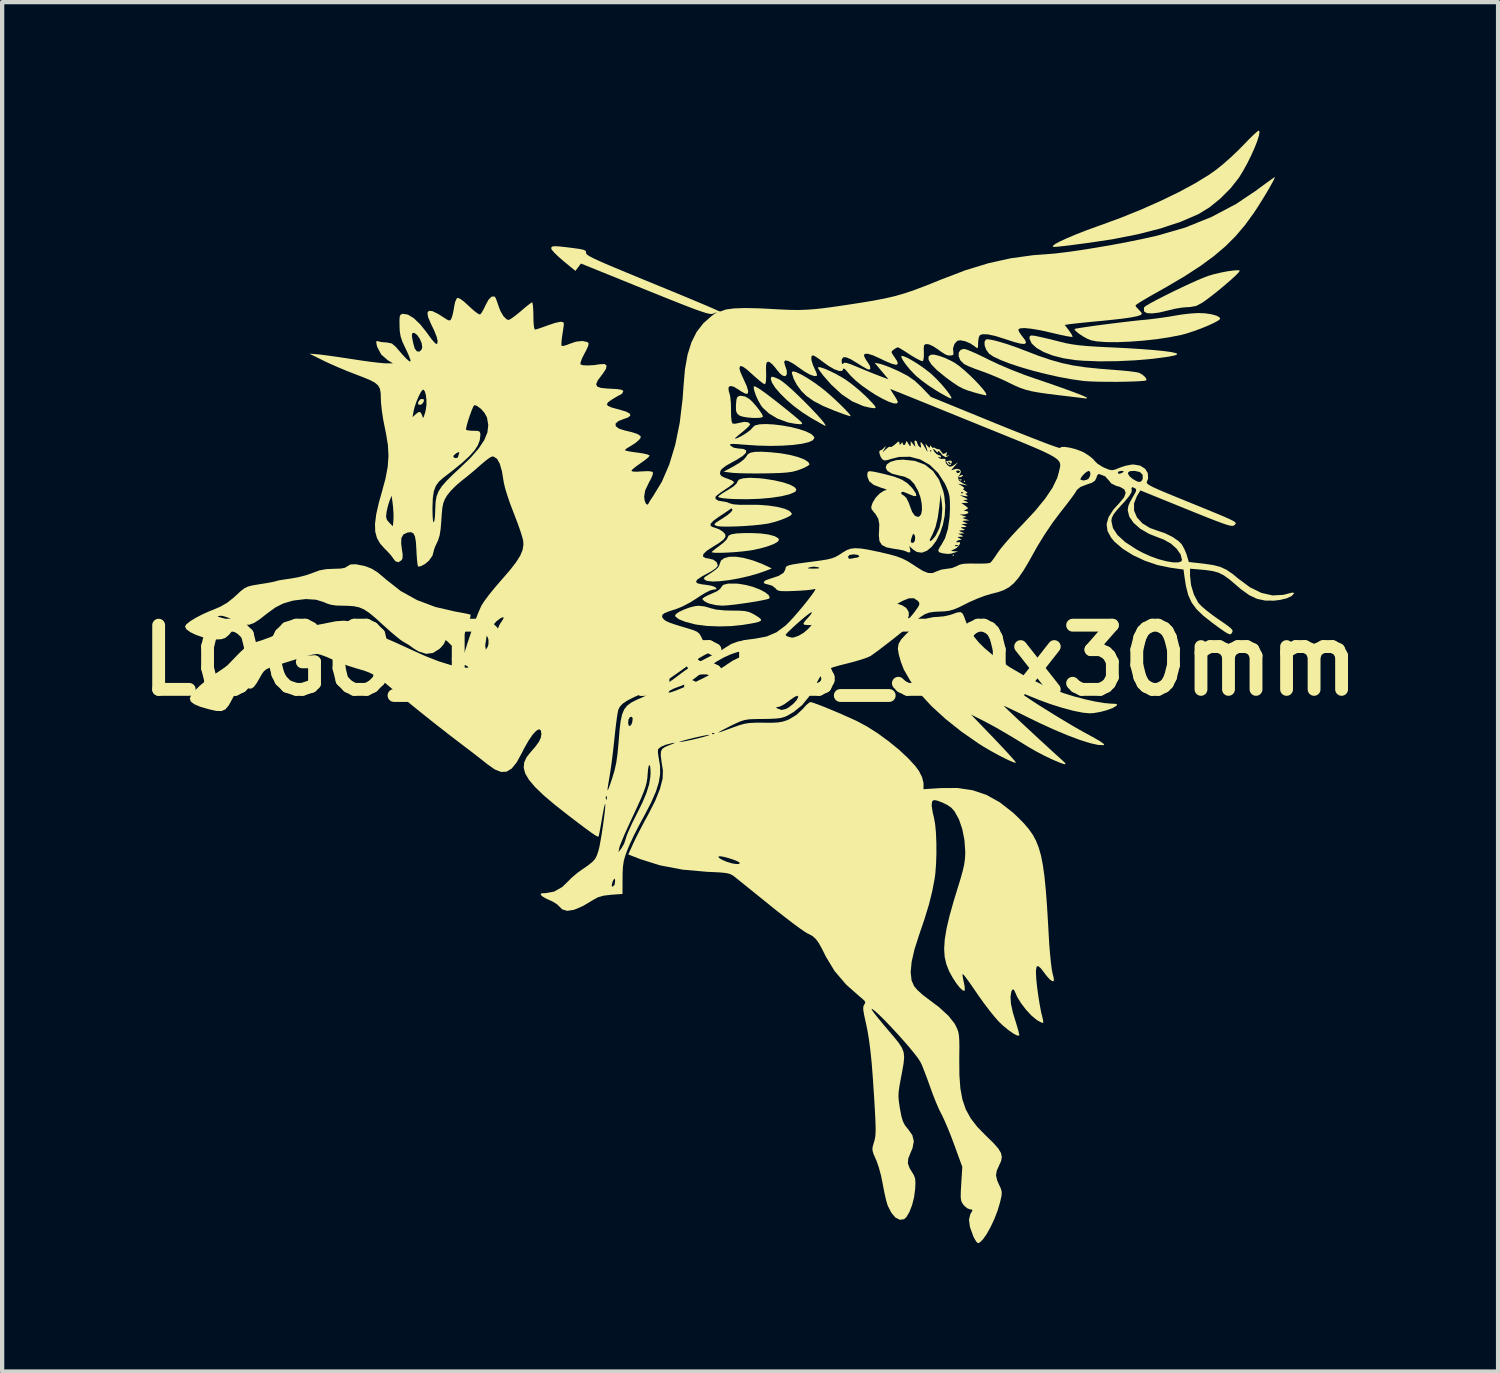
<source format=kicad_pcb>
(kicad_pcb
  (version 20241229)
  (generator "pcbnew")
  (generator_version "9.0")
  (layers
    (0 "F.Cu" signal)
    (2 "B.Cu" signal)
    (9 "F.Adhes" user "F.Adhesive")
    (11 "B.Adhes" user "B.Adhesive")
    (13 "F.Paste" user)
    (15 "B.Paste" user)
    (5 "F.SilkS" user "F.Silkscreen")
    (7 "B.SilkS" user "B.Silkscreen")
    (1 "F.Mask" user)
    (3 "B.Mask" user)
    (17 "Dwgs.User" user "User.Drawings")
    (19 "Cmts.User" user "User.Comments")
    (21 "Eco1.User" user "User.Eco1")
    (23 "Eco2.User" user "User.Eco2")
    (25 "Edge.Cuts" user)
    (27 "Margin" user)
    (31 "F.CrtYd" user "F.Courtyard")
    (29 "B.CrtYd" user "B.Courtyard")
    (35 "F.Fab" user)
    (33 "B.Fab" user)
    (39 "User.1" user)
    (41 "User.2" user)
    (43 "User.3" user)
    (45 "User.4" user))
  (footprint "LOGO_Pegasus_30x30mm"
    (layer "F.Cu")
    (at 14.479 12.381)
    (property "Reference" "LOGO_Pegasus_30x30mm" (at 0 0 0) (layer "F.SilkS") (effects (font (size 1.5 1.5) (thickness 0.3))))
    (attr board_only exclude_from_pos_files exclude_from_bom)
    (fp_poly (pts (xy 4.765 -2.457) (xy 4.746 -2.439) (xy 4.727 -2.457) (xy 4.746 -2.476)) (stroke (width 0) (type solid)) (fill yes) (layer "F.SilkS"))
    (fp_poly (pts (xy 5.027 -4.183) (xy 5.009 -4.165) (xy 4.99 -4.183) (xy 5.009 -4.202)) (stroke (width 0) (type solid)) (fill yes) (layer "F.SilkS"))
    (fp_poly (pts (xy 4.94 -4.227) (xy 4.935 -4.205) (xy 4.915 -4.202) (xy 4.884 -4.216) (xy 4.89 -4.227) (xy 4.934 -4.232)) (stroke (width 0) (type solid)) (fill yes) (layer "F.SilkS"))
    (fp_poly (pts (xy 4.971 -4.314) (xy 4.931 -4.283) (xy 4.888 -4.278) (xy 4.877 -4.292) (xy 4.907 -4.316) (xy 4.936 -4.329) (xy 4.974 -4.332)) (stroke (width 0) (type solid)) (fill yes) (layer "F.SilkS"))
    (fp_poly (pts (xy -7.626 -6.101) (xy -7.623 -6.054) (xy -7.666 -5.989) (xy -7.705 -5.972) (xy -7.757 -5.98) (xy -7.76 -6.027) (xy -7.716 -6.092) (xy -7.678 -6.109)) (stroke (width 0) (type solid)) (fill yes) (layer "F.SilkS"))
    (fp_poly (pts (xy 4.709 -4.659) (xy 4.712 -4.631) (xy 4.687 -4.564) (xy 4.642 -4.569) (xy 4.616 -4.595) (xy 4.584 -4.642) (xy 4.621 -4.642) (xy 4.63 -4.621) (xy 4.668 -4.58) (xy 4.689 -4.589) (xy 4.69 -4.594) (xy 4.663 -4.626) (xy 4.646 -4.637) (xy 4.621 -4.642) (xy 4.584 -4.642) (xy 4.583 -4.643) (xy 4.582 -4.655) (xy 4.673 -4.669)) (stroke (width 0) (type solid)) (fill yes) (layer "F.SilkS"))
    (fp_poly (pts (xy -0.119 -6.166) (xy -0.022 -6.111) (xy 0.055 -6.039) (xy 0.141 -5.941) (xy 0.221 -5.838) (xy 0.28 -5.749) (xy 0.3 -5.697) (xy 0.267 -5.675) (xy 0.181 -5.664) (xy 0.065 -5.665) (xy -0.06 -5.675) (xy -0.172 -5.694) (xy -0.249 -5.72) (xy -0.256 -5.725) (xy -0.307 -5.772) (xy -0.33 -5.837) (xy -0.332 -5.944) (xy -0.33 -5.978) (xy -0.32 -6.093) (xy -0.299 -6.152) (xy -0.258 -6.177) (xy -0.223 -6.183)) (stroke (width 0) (type solid)) (fill yes) (layer "F.SilkS"))
    (fp_poly (pts (xy 0.131 -6.394) (xy 0.229 -6.336) (xy 0.379 -6.229) (xy 0.58 -6.075) (xy 0.831 -5.876) (xy 0.888 -5.83) (xy 1.043 -5.703) (xy 1.146 -5.616) (xy 1.202 -5.561) (xy 1.218 -5.532) (xy 1.201 -5.519) (xy 1.155 -5.518) (xy 1.154 -5.518) (xy 1.04 -5.53) (xy 0.903 -5.556) (xy 0.86 -5.567) (xy 0.638 -5.65) (xy 0.441 -5.768) (xy 0.291 -5.907) (xy 0.256 -5.954) (xy 0.19 -6.068) (xy 0.134 -6.191) (xy 0.096 -6.303) (xy 0.082 -6.382) (xy 0.088 -6.404)) (stroke (width 0) (type solid)) (fill yes) (layer "F.SilkS"))
    (fp_poly (pts (xy 1.73 -6.819) (xy 1.859 -6.764) (xy 2.006 -6.691) (xy 2.153 -6.608) (xy 2.25 -6.547) (xy 2.397 -6.438) (xy 2.562 -6.301) (xy 2.714 -6.161) (xy 2.738 -6.137) (xy 2.849 -6.021) (xy 2.913 -5.949) (xy 2.934 -5.91) (xy 2.918 -5.894) (xy 2.888 -5.893) (xy 2.793 -5.906) (xy 2.671 -5.935) (xy 2.637 -5.945) (xy 2.384 -6.053) (xy 2.137 -6.219) (xy 1.89 -6.448) (xy 1.708 -6.656) (xy 1.636 -6.751) (xy 1.591 -6.821) (xy 1.584 -6.849) (xy 1.633 -6.85)) (stroke (width 0) (type solid)) (fill yes) (layer "F.SilkS"))
    (fp_poly (pts (xy -0.145 -2.392) (xy 0.07 -2.333) (xy 0.285 -2.251) (xy 0.318 -2.236) (xy 0.506 -2.148) (xy 0.394 -2.103) (xy 0.187 -2.03) (xy -0.041 -1.966) (xy -0.276 -1.913) (xy -0.503 -1.873) (xy -0.71 -1.849) (xy -0.881 -1.842) (xy -1.004 -1.856) (xy -1.051 -1.876) (xy -1.085 -1.913) (xy -1.057 -1.948) (xy -1.037 -1.962) (xy -0.892 -2.057) (xy -0.8 -2.123) (xy -0.748 -2.172) (xy -0.724 -2.213) (xy -0.718 -2.234) (xy -0.682 -2.331) (xy -0.604 -2.389) (xy -0.488 -2.42) (xy -0.338 -2.422)) (stroke (width 0) (type solid)) (fill yes) (layer "F.SilkS"))
    (fp_poly (pts (xy 0.54 -6.623) (xy 0.625 -6.591) (xy 0.681 -6.565) (xy 0.755 -6.516) (xy 0.861 -6.43) (xy 0.988 -6.317) (xy 1.129 -6.184) (xy 1.274 -6.042) (xy 1.415 -5.899) (xy 1.543 -5.764) (xy 1.649 -5.646) (xy 1.725 -5.553) (xy 1.761 -5.494) (xy 1.755 -5.478) (xy 1.721 -5.496) (xy 1.635 -5.544) (xy 1.513 -5.614) (xy 1.407 -5.675) (xy 1.212 -5.8) (xy 1.024 -5.94) (xy 0.852 -6.088) (xy 0.704 -6.234) (xy 0.587 -6.37) (xy 0.511 -6.488) (xy 0.482 -6.579) (xy 0.498 -6.626)) (stroke (width 0) (type solid)) (fill yes) (layer "F.SilkS"))
    (fp_poly (pts (xy 1.081 -6.733) (xy 1.199 -6.677) (xy 1.346 -6.591) (xy 1.513 -6.481) (xy 1.651 -6.38) (xy 1.763 -6.291) (xy 1.888 -6.182) (xy 2.016 -6.065) (xy 2.137 -5.949) (xy 2.239 -5.845) (xy 2.313 -5.764) (xy 2.348 -5.714) (xy 2.344 -5.704) (xy 2.295 -5.717) (xy 2.193 -5.751) (xy 2.058 -5.801) (xy 1.987 -5.827) (xy 1.705 -5.944) (xy 1.485 -6.059) (xy 1.316 -6.178) (xy 1.201 -6.29) (xy 1.096 -6.431) (xy 1.017 -6.578) (xy 0.978 -6.705) (xy 0.975 -6.736) (xy 1.004 -6.754)) (stroke (width 0) (type solid)) (fill yes) (layer "F.SilkS"))
    (fp_poly (pts (xy 3.581 -7.109) (xy 3.672 -7.07) (xy 3.794 -7.003) (xy 3.932 -6.917) (xy 4.07 -6.821) (xy 4.196 -6.724) (xy 4.252 -6.675) (xy 4.366 -6.564) (xy 4.478 -6.444) (xy 4.577 -6.327) (xy 4.653 -6.226) (xy 4.699 -6.152) (xy 4.703 -6.117) (xy 4.698 -6.116) (xy 4.653 -6.134) (xy 4.56 -6.183) (xy 4.434 -6.254) (xy 4.349 -6.305) (xy 4.185 -6.411) (xy 4.023 -6.528) (xy 3.889 -6.637) (xy 3.853 -6.671) (xy 3.741 -6.788) (xy 3.644 -6.906) (xy 3.572 -7.009) (xy 3.534 -7.083) (xy 3.535 -7.112)) (stroke (width 0) (type solid)) (fill yes) (layer "F.SilkS"))
    (fp_poly (pts (xy 4.423 -7.114) (xy 4.568 -7.06) (xy 4.716 -6.989) (xy 4.781 -6.952) (xy 4.886 -6.878) (xy 5.007 -6.778) (xy 5.133 -6.663) (xy 5.256 -6.542) (xy 5.366 -6.425) (xy 5.454 -6.323) (xy 5.509 -6.244) (xy 5.523 -6.2) (xy 5.509 -6.193) (xy 5.448 -6.205) (xy 5.341 -6.231) (xy 5.234 -6.261) (xy 5.088 -6.306) (xy 4.971 -6.352) (xy 4.862 -6.409) (xy 4.74 -6.49) (xy 4.583 -6.604) (xy 4.553 -6.628) (xy 4.364 -6.782) (xy 4.236 -6.914) (xy 4.17 -7.021) (xy 4.168 -7.099) (xy 4.222 -7.142) (xy 4.3 -7.144)) (stroke (width 0) (type solid)) (fill yes) (layer "F.SilkS"))
    (fp_poly (pts (xy 0.209 -4.256) (xy 0.338 -4.242) (xy 0.571 -4.205) (xy 0.77 -4.159) (xy 0.926 -4.107) (xy 1.032 -4.052) (xy 1.08 -3.998) (xy 1.063 -3.948) (xy 1.048 -3.936) (xy 0.921 -3.881) (xy 0.732 -3.835) (xy 0.495 -3.799) (xy 0.224 -3.775) (xy -0.068 -3.765) (xy -0.369 -3.769) (xy -0.516 -3.777) (xy -0.637 -3.789) (xy -0.722 -3.806) (xy -0.75 -3.822) (xy -0.72 -3.853) (xy -0.641 -3.908) (xy -0.529 -3.975) (xy -0.525 -3.977) (xy -0.392 -4.062) (xy -0.316 -4.133) (xy -0.3 -4.169) (xy -0.265 -4.222) (xy -0.164 -4.254) (xy -0.004 -4.266)) (stroke (width 0) (type solid)) (fill yes) (layer "F.SilkS"))
    (fp_poly (pts (xy 0.243 -2.965) (xy 0.431 -2.94) (xy 0.572 -2.902) (xy 0.656 -2.854) (xy 0.675 -2.814) (xy 0.64 -2.767) (xy 0.545 -2.715) (xy 0.403 -2.662) (xy 0.228 -2.613) (xy 0.034 -2.573) (xy -0.017 -2.565) (xy -0.171 -2.546) (xy -0.343 -2.53) (xy -0.515 -2.519) (xy -0.673 -2.513) (xy -0.8 -2.513) (xy -0.88 -2.52) (xy -0.9 -2.529) (xy -0.872 -2.557) (xy -0.8 -2.615) (xy -0.713 -2.679) (xy -0.614 -2.758) (xy -0.546 -2.828) (xy -0.525 -2.868) (xy -0.505 -2.913) (xy -0.44 -2.945) (xy -0.322 -2.965) (xy -0.143 -2.974) (xy 0.019 -2.975)) (stroke (width 0) (type solid)) (fill yes) (layer "F.SilkS"))
    (fp_poly (pts (xy 0.465 -4.864) (xy 0.709 -4.839) (xy 0.931 -4.8) (xy 1.121 -4.75) (xy 1.268 -4.693) (xy 1.361 -4.632) (xy 1.388 -4.579) (xy 1.356 -4.549) (xy 1.272 -4.504) (xy 1.172 -4.462) (xy 1.078 -4.43) (xy 0.98 -4.406) (xy 0.864 -4.39) (xy 0.713 -4.379) (xy 0.513 -4.372) (xy 0.356 -4.369) (xy 0.135 -4.367) (xy -0.075 -4.369) (xy -0.256 -4.373) (xy -0.39 -4.38) (xy -0.431 -4.384) (xy -0.619 -4.408) (xy -0.375 -4.54) (xy -0.248 -4.617) (xy -0.148 -4.694) (xy -0.094 -4.755) (xy -0.094 -4.757) (xy -0.055 -4.816) (xy 0.01 -4.853) (xy 0.112 -4.872) (xy 0.265 -4.875)) (stroke (width 0) (type solid)) (fill yes) (layer "F.SilkS"))
    (fp_poly (pts (xy -0.258 -1.788) (xy -0.089 -1.759) (xy 0.077 -1.713) (xy 0.227 -1.655) (xy 0.349 -1.591) (xy 0.43 -1.528) (xy 0.458 -1.472) (xy 0.445 -1.445) (xy 0.397 -1.428) (xy 0.29 -1.404) (xy 0.143 -1.377) (xy -0.03 -1.349) (xy -0.212 -1.323) (xy -0.385 -1.3) (xy -0.535 -1.285) (xy -0.643 -1.278) (xy -0.657 -1.278) (xy -0.803 -1.291) (xy -0.945 -1.324) (xy -0.986 -1.338) (xy -1.072 -1.384) (xy -1.114 -1.427) (xy -1.115 -1.439) (xy -1.075 -1.474) (xy -0.985 -1.521) (xy -0.898 -1.558) (xy -0.775 -1.615) (xy -0.699 -1.671) (xy -0.682 -1.699) (xy -0.633 -1.762) (xy -0.516 -1.794) (xy -0.332 -1.794)) (stroke (width 0) (type solid)) (fill yes) (layer "F.SilkS"))
    (fp_poly (pts (xy -1.066 -1.26) (xy -0.931 -1.222) (xy -0.925 -1.219) (xy -0.788 -1.185) (xy -0.583 -1.166) (xy -0.427 -1.163) (xy -0.249 -1.161) (xy -0.125 -1.152) (xy -0.033 -1.131) (xy 0.049 -1.096) (xy 0.1 -1.068) (xy 0.197 -1.008) (xy 0.251 -0.963) (xy 0.254 -0.929) (xy 0.202 -0.9) (xy 0.089 -0.873) (xy -0.09 -0.842) (xy -0.188 -0.826) (xy -0.445 -0.8) (xy -0.729 -0.793) (xy -1.009 -0.804) (xy -1.253 -0.835) (xy -1.303 -0.845) (xy -1.514 -0.9) (xy -1.663 -0.959) (xy -1.743 -1.021) (xy -1.755 -1.042) (xy -1.732 -1.083) (xy -1.656 -1.135) (xy -1.545 -1.187) (xy -1.418 -1.234) (xy -1.293 -1.266) (xy -1.204 -1.276)) (stroke (width 0) (type solid)) (fill yes) (layer "F.SilkS"))
    (fp_poly (pts (xy 11.441 -9.109) (xy 11.443 -9.104) (xy 11.415 -9.063) (xy 11.339 -8.986) (xy 11.227 -8.884) (xy 11.091 -8.766) (xy 10.941 -8.642) (xy 10.79 -8.522) (xy 10.65 -8.416) (xy 10.562 -8.355) (xy 10.423 -8.282) (xy 10.272 -8.255) (xy 10.224 -8.254) (xy 10.088 -8.243) (xy 9.92 -8.214) (xy 9.774 -8.179) (xy 9.563 -8.128) (xy 9.392 -8.107) (xy 9.271 -8.114) (xy 9.209 -8.152) (xy 9.206 -8.158) (xy 9.202 -8.231) (xy 9.21 -8.254) (xy 9.255 -8.288) (xy 9.356 -8.347) (xy 9.5 -8.424) (xy 9.677 -8.515) (xy 9.872 -8.612) (xy 10.075 -8.709) (xy 10.273 -8.802) (xy 10.453 -8.883) (xy 10.604 -8.946) (xy 10.702 -8.983) (xy 10.843 -9.025) (xy 10.998 -9.061) (xy 11.153 -9.091) (xy 11.289 -9.11) (xy 11.391 -9.117)) (stroke (width 0) (type solid)) (fill yes) (layer "F.SilkS"))
    (fp_poly (pts (xy 6.655 -7.583) (xy 6.691 -7.576) (xy 6.798 -7.553) (xy 6.953 -7.517) (xy 7.13 -7.473) (xy 7.225 -7.449) (xy 7.371 -7.413) (xy 7.515 -7.386) (xy 7.672 -7.364) (xy 7.857 -7.346) (xy 8.086 -7.331) (xy 8.373 -7.316) (xy 8.404 -7.315) (xy 8.803 -7.295) (xy 9.151 -7.273) (xy 9.446 -7.25) (xy 9.681 -7.226) (xy 9.852 -7.202) (xy 9.954 -7.178) (xy 9.971 -7.17) (xy 9.979 -7.148) (xy 9.921 -7.125) (xy 9.793 -7.099) (xy 9.77 -7.095) (xy 9.402 -7.046) (xy 8.996 -7.011) (xy 8.575 -6.991) (xy 8.164 -6.987) (xy 7.788 -7.001) (xy 7.589 -7.017) (xy 7.315 -7.06) (xy 7.068 -7.124) (xy 6.856 -7.207) (xy 6.69 -7.302) (xy 6.578 -7.406) (xy 6.529 -7.513) (xy 6.528 -7.533) (xy 6.536 -7.577) (xy 6.572 -7.592)) (stroke (width 0) (type solid)) (fill yes) (layer "F.SilkS"))
    (fp_poly (pts (xy 5.06 -7.262) (xy 5.174 -7.217) (xy 5.325 -7.149) (xy 5.498 -7.065) (xy 5.557 -7.035) (xy 5.813 -6.914) (xy 6.112 -6.787) (xy 6.424 -6.666) (xy 6.647 -6.588) (xy 6.927 -6.493) (xy 7.187 -6.403) (xy 7.417 -6.32) (xy 7.611 -6.249) (xy 7.758 -6.191) (xy 7.85 -6.15) (xy 7.879 -6.131) (xy 7.852 -6.119) (xy 7.851 -6.119) (xy 7.806 -6.125) (xy 7.699 -6.138) (xy 7.545 -6.156) (xy 7.357 -6.179) (xy 7.241 -6.192) (xy 6.967 -6.226) (xy 6.751 -6.257) (xy 6.58 -6.288) (xy 6.438 -6.324) (xy 6.309 -6.368) (xy 6.178 -6.424) (xy 6.03 -6.496) (xy 6.027 -6.498) (xy 5.838 -6.586) (xy 5.623 -6.677) (xy 5.425 -6.752) (xy 5.406 -6.758) (xy 5.251 -6.814) (xy 5.115 -6.868) (xy 5.02 -6.913) (xy 5.001 -6.924) (xy 4.915 -7.007) (xy 4.873 -7.103) (xy 4.875 -7.193) (xy 4.921 -7.257) (xy 4.999 -7.279)) (stroke (width 0) (type solid)) (fill yes) (layer "F.SilkS"))
    (fp_poly (pts (xy 10.629 -8.11) (xy 10.776 -8.088) (xy 10.895 -8.056) (xy 10.968 -8.016) (xy 10.983 -7.979) (xy 10.94 -7.941) (xy 10.842 -7.887) (xy 10.703 -7.823) (xy 10.54 -7.756) (xy 10.368 -7.693) (xy 10.203 -7.639) (xy 10.073 -7.604) (xy 9.796 -7.55) (xy 9.493 -7.504) (xy 9.179 -7.47) (xy 8.869 -7.447) (xy 8.577 -7.435) (xy 8.317 -7.437) (xy 8.104 -7.453) (xy 7.968 -7.479) (xy 7.879 -7.515) (xy 7.778 -7.571) (xy 7.682 -7.635) (xy 7.61 -7.694) (xy 7.58 -7.735) (xy 7.583 -7.744) (xy 7.626 -7.755) (xy 7.731 -7.772) (xy 7.885 -7.795) (xy 8.074 -7.822) (xy 8.287 -7.85) (xy 8.51 -7.878) (xy 8.73 -7.905) (xy 8.936 -7.929) (xy 9.112 -7.948) (xy 9.182 -7.954) (xy 9.394 -7.977) (xy 9.619 -8.006) (xy 9.821 -8.036) (xy 9.913 -8.053) (xy 10.098 -8.083) (xy 10.293 -8.105) (xy 10.458 -8.116) (xy 10.468 -8.116)) (stroke (width 0) (type solid)) (fill yes) (layer "F.SilkS"))
    (fp_poly (pts (xy 5.642 -7.49) (xy 5.798 -7.452) (xy 5.991 -7.394) (xy 6.205 -7.321) (xy 6.412 -7.242) (xy 6.733 -7.119) (xy 7.016 -7.023) (xy 7.28 -6.948) (xy 7.546 -6.891) (xy 7.833 -6.848) (xy 8.16 -6.815) (xy 8.448 -6.792) (xy 8.65 -6.776) (xy 8.832 -6.759) (xy 8.977 -6.741) (xy 9.07 -6.725) (xy 9.087 -6.72) (xy 9.17 -6.674) (xy 9.235 -6.615) (xy 9.263 -6.561) (xy 9.257 -6.543) (xy 9.21 -6.532) (xy 9.101 -6.523) (xy 8.946 -6.516) (xy 8.759 -6.511) (xy 8.553 -6.508) (xy 8.342 -6.509) (xy 8.141 -6.511) (xy 7.964 -6.517) (xy 7.825 -6.526) (xy 7.789 -6.529) (xy 7.512 -6.568) (xy 7.215 -6.623) (xy 6.911 -6.691) (xy 6.612 -6.767) (xy 6.329 -6.849) (xy 6.073 -6.933) (xy 5.856 -7.017) (xy 5.689 -7.095) (xy 5.584 -7.166) (xy 5.581 -7.17) (xy 5.516 -7.26) (xy 5.48 -7.358) (xy 5.477 -7.444) (xy 5.509 -7.496) (xy 5.538 -7.504)) (stroke (width 0) (type solid)) (fill yes) (layer "F.SilkS"))
    (fp_poly (pts (xy 11.904 -12.35) (xy 11.891 -12.266) (xy 11.852 -12.139) (xy 11.791 -11.983) (xy 11.713 -11.808) (xy 11.624 -11.627) (xy 11.528 -11.452) (xy 11.431 -11.293) (xy 11.415 -11.269) (xy 11.222 -11.025) (xy 10.987 -10.79) (xy 10.733 -10.585) (xy 10.481 -10.43) (xy 10.465 -10.422) (xy 10.063 -10.249) (xy 9.592 -10.093) (xy 9.057 -9.956) (xy 8.462 -9.839) (xy 7.935 -9.76) (xy 7.656 -9.723) (xy 7.443 -9.695) (xy 7.288 -9.677) (xy 7.182 -9.666) (xy 7.116 -9.662) (xy 7.082 -9.665) (xy 7.072 -9.674) (xy 7.077 -9.688) (xy 7.13 -9.73) (xy 7.243 -9.791) (xy 7.407 -9.866) (xy 7.609 -9.951) (xy 7.84 -10.042) (xy 8.09 -10.133) (xy 8.149 -10.154) (xy 8.652 -10.338) (xy 9.138 -10.534) (xy 9.597 -10.738) (xy 10.02 -10.943) (xy 10.396 -11.146) (xy 10.715 -11.341) (xy 10.887 -11.462) (xy 11.052 -11.595) (xy 11.239 -11.76) (xy 11.421 -11.934) (xy 11.528 -12.043) (xy 11.653 -12.172) (xy 11.762 -12.279) (xy 11.843 -12.352) (xy 11.885 -12.381) (xy 11.886 -12.381)) (stroke (width 0) (type solid)) (fill yes) (layer "F.SilkS"))
    (fp_poly (pts (xy 3.849 -4.661) (xy 4.084 -4.573) (xy 4.272 -4.426) (xy 4.415 -4.22) (xy 4.513 -3.954) (xy 4.538 -3.837) (xy 4.56 -3.609) (xy 4.547 -3.383) (xy 4.504 -3.166) (xy 4.436 -2.967) (xy 4.349 -2.794) (xy 4.246 -2.656) (xy 4.133 -2.561) (xy 4.015 -2.516) (xy 3.896 -2.532) (xy 3.804 -2.593) (xy 3.719 -2.672) (xy 3.74 -2.593) (xy 3.742 -2.528) (xy 3.698 -2.521) (xy 3.639 -2.548) (xy 3.573 -2.57) (xy 3.46 -2.592) (xy 3.364 -2.606) (xy 3.19 -2.639) (xy 3.079 -2.695) (xy 3.022 -2.786) (xy 3.754 -2.786) (xy 3.773 -2.743) (xy 3.816 -2.749) (xy 3.851 -2.795) (xy 3.852 -2.814) (xy 4.198 -2.814) (xy 4.203 -2.785) (xy 4.241 -2.804) (xy 4.302 -2.87) (xy 4.341 -2.922) (xy 4.423 -3.094) (xy 4.474 -3.309) (xy 4.49 -3.538) (xy 4.48 -3.672) (xy 4.451 -3.883) (xy 4.422 -3.602) (xy 4.384 -3.33) (xy 4.332 -3.115) (xy 4.26 -2.939) (xy 4.236 -2.895) (xy 4.198 -2.814) (xy 3.852 -2.814) (xy 3.856 -2.877) (xy 3.846 -2.917) (xy 3.822 -2.96) (xy 3.8 -2.937) (xy 3.788 -2.908) (xy 3.761 -2.825) (xy 3.754 -2.786) (xy 3.022 -2.786) (xy 3.022 -2.787) (xy 3.007 -2.926) (xy 3.013 -3.014) (xy 3.018 -3.182) (xy 2.995 -3.307) (xy 2.933 -3.415) (xy 2.882 -3.475) (xy 2.836 -3.536) (xy 2.831 -3.593) (xy 2.862 -3.683) (xy 2.863 -3.685) (xy 2.933 -3.801) (xy 3.031 -3.902) (xy 3.133 -3.967) (xy 3.185 -3.98) (xy 3.188 -3.991) (xy 3.131 -4.013) (xy 3.064 -4.033) (xy 2.889 -4.099) (xy 2.783 -4.184) (xy 2.74 -4.293) (xy 2.739 -4.32) (xy 2.741 -4.375) (xy 2.755 -4.408) (xy 2.794 -4.42) (xy 2.87 -4.412) (xy 2.996 -4.386) (xy 3.148 -4.351) (xy 3.374 -4.29) (xy 3.542 -4.224) (xy 3.67 -4.144) (xy 3.776 -4.039) (xy 3.809 -3.998) (xy 3.875 -3.897) (xy 3.883 -3.843) (xy 3.833 -3.837) (xy 3.731 -3.876) (xy 3.637 -3.917) (xy 3.571 -3.939) (xy 3.563 -3.939) (xy 3.527 -3.921) (xy 3.541 -3.881) (xy 3.595 -3.848) (xy 3.65 -3.796) (xy 3.706 -3.684) (xy 3.727 -3.624) (xy 3.787 -3.467) (xy 3.85 -3.378) (xy 3.918 -3.353) (xy 3.953 -3.361) (xy 3.997 -3.415) (xy 4.016 -3.52) (xy 4.01 -3.658) (xy 3.98 -3.81) (xy 3.927 -3.956) (xy 3.926 -3.958) (xy 3.834 -4.123) (xy 3.734 -4.229) (xy 3.606 -4.292) (xy 3.482 -4.319) (xy 3.311 -4.364) (xy 3.207 -4.429) (xy 3.168 -4.502) (xy 3.191 -4.575) (xy 3.274 -4.637) (xy 3.414 -4.678) (xy 3.568 -4.69)) (stroke (width 0) (type solid)) (fill yes) (layer "F.SilkS"))
    (fp_poly (pts (xy -9.024 -2.208) (xy -8.972 -2.193) (xy -8.839 -2.14) (xy -8.703 -2.054) (xy -8.545 -1.923) (xy -8.512 -1.893) (xy -8.168 -1.622) (xy -7.783 -1.408) (xy -7.354 -1.247) (xy -6.89 -1.14) (xy -6.739 -1.113) (xy -6.618 -1.089) (xy -6.546 -1.072) (xy -6.533 -1.067) (xy -6.535 -1.024) (xy -6.561 -0.932) (xy -6.603 -0.808) (xy -6.656 -0.672) (xy -6.71 -0.542) (xy -6.76 -0.437) (xy -6.798 -0.376) (xy -6.799 -0.375) (xy -6.867 -0.316) (xy -6.925 -0.311) (xy -6.995 -0.363) (xy -7.033 -0.403) (xy -7.097 -0.463) (xy -7.125 -0.466) (xy -7.129 -0.444) (xy -7.155 -0.384) (xy -7.222 -0.304) (xy -7.261 -0.267) (xy -7.413 -0.172) (xy -7.573 -0.153) (xy -7.744 -0.207) (xy -7.747 -0.209) (xy -7.844 -0.265) (xy -7.916 -0.317) (xy -7.989 -0.368) (xy -8.086 -0.424) (xy -8.091 -0.426) (xy -8.164 -0.474) (xy -8.275 -0.562) (xy -8.412 -0.678) (xy -8.558 -0.809) (xy -8.57 -0.82) (xy -8.753 -0.987) (xy -8.899 -1.108) (xy -9.022 -1.189) (xy -9.138 -1.239) (xy -9.261 -1.265) (xy -9.407 -1.275) (xy -9.49 -1.276) (xy -9.672 -1.281) (xy -9.805 -1.301) (xy -9.915 -1.338) (xy -9.953 -1.357) (xy -10.144 -1.417) (xy -10.382 -1.432) (xy -10.654 -1.4) (xy -10.714 -1.388) (xy -10.915 -1.327) (xy -11.097 -1.234) (xy -11.288 -1.094) (xy -11.29 -1.093) (xy -11.46 -0.959) (xy -11.593 -0.873) (xy -11.706 -0.832) (xy -11.815 -0.834) (xy -11.938 -0.874) (xy -12.076 -0.941) (xy -12.214 -1.004) (xy -12.33 -1.039) (xy -12.386 -1.042) (xy -12.441 -1.03) (xy -12.431 -1.018) (xy -12.362 -0.999) (xy -12.193 -0.942) (xy -12.096 -0.868) (xy -12.072 -0.777) (xy -12.12 -0.667) (xy -12.183 -0.592) (xy -12.267 -0.522) (xy -12.362 -0.493) (xy -12.456 -0.488) (xy -12.618 -0.502) (xy -12.787 -0.539) (xy -12.947 -0.593) (xy -13.081 -0.658) (xy -13.173 -0.726) (xy -13.206 -0.79) (xy -13.174 -0.843) (xy -13.085 -0.914) (xy -12.953 -0.995) (xy -12.792 -1.078) (xy -12.617 -1.156) (xy -12.573 -1.172) (xy -12.38 -1.254) (xy -12.227 -1.341) (xy -12.084 -1.453) (xy -12.018 -1.513) (xy -11.905 -1.616) (xy -11.82 -1.683) (xy -11.736 -1.724) (xy -11.632 -1.751) (xy -11.481 -1.776) (xy -11.446 -1.782) (xy -11.293 -1.806) (xy -11.169 -1.829) (xy -11.091 -1.847) (xy -11.076 -1.852) (xy -11.026 -1.866) (xy -10.922 -1.884) (xy -10.783 -1.905) (xy -10.742 -1.91) (xy -10.562 -1.942) (xy -10.377 -1.989) (xy -10.227 -2.042) (xy -10.224 -2.043) (xy -10.062 -2.103) (xy -9.9 -2.132) (xy -9.736 -2.139) (xy -9.571 -2.144) (xy -9.468 -2.163) (xy -9.417 -2.195) (xy -9.338 -2.241) (xy -9.209 -2.245)) (stroke (width 0) (type solid)) (fill yes) (layer "F.SilkS"))
    (fp_poly (pts (xy 4.967 -1.093) (xy 5.006 -1.008) (xy 5.024 -0.955) (xy 5.102 -0.76) (xy 5.202 -0.59) (xy 5.34 -0.422) (xy 5.471 -0.291) (xy 5.738 -0.066) (xy 6.063 0.158) (xy 6.428 0.371) (xy 6.816 0.564) (xy 7.209 0.726) (xy 7.341 0.772) (xy 7.577 0.845) (xy 7.824 0.91) (xy 8.061 0.962) (xy 8.27 0.997) (xy 8.43 1.012) (xy 8.44 1.012) (xy 8.54 1.016) (xy 8.576 1.029) (xy 8.562 1.057) (xy 8.553 1.066) (xy 8.471 1.115) (xy 8.341 1.163) (xy 8.185 1.205) (xy 8.031 1.232) (xy 7.934 1.238) (xy 7.769 1.222) (xy 7.551 1.178) (xy 7.296 1.11) (xy 7.02 1.023) (xy 6.738 0.92) (xy 6.519 0.83) (xy 6.419 0.789) (xy 6.354 0.767) (xy 6.341 0.766) (xy 6.371 0.795) (xy 6.456 0.856) (xy 6.585 0.942) (xy 6.747 1.047) (xy 6.933 1.163) (xy 7.131 1.286) (xy 7.332 1.408) (xy 7.525 1.523) (xy 7.7 1.624) (xy 7.846 1.705) (xy 7.858 1.711) (xy 8.057 1.82) (xy 8.19 1.899) (xy 8.261 1.951) (xy 8.274 1.977) (xy 8.262 1.982) (xy 8.134 1.977) (xy 7.949 1.936) (xy 7.712 1.862) (xy 7.431 1.757) (xy 7.113 1.624) (xy 6.765 1.465) (xy 6.481 1.327) (xy 6.297 1.235) (xy 6.139 1.159) (xy 6.018 1.102) (xy 5.945 1.069) (xy 5.928 1.064) (xy 5.954 1.092) (xy 6.027 1.162) (xy 6.137 1.266) (xy 6.275 1.397) (xy 6.433 1.544) (xy 6.602 1.701) (xy 6.772 1.859) (xy 6.936 2.009) (xy 7.083 2.144) (xy 7.205 2.255) (xy 7.279 2.321) (xy 7.351 2.389) (xy 7.373 2.424) (xy 7.34 2.427) (xy 7.25 2.396) (xy 7.097 2.332) (xy 7.053 2.313) (xy 6.872 2.226) (xy 6.673 2.122) (xy 6.509 2.027) (xy 6.211 1.844) (xy 5.963 1.696) (xy 5.754 1.575) (xy 5.573 1.476) (xy 5.431 1.402) (xy 5.162 1.267) (xy 5.696 1.821) (xy 5.855 1.989) (xy 5.994 2.137) (xy 6.104 2.259) (xy 6.18 2.346) (xy 6.212 2.389) (xy 6.212 2.392) (xy 6.169 2.387) (xy 6.076 2.35) (xy 5.945 2.288) (xy 5.791 2.208) (xy 5.626 2.118) (xy 5.464 2.023) (xy 5.346 1.949) (xy 4.936 1.664) (xy 4.565 1.369) (xy 4.24 1.071) (xy 3.966 0.775) (xy 3.748 0.488) (xy 3.592 0.215) (xy 3.526 0.045) (xy 3.473 -0.14) (xy 3.452 -0.276) (xy 3.469 -0.385) (xy 3.528 -0.487) (xy 3.635 -0.603) (xy 3.705 -0.671) (xy 3.875 -0.823) (xy 4.018 -0.924) (xy 4.151 -0.984) (xy 4.29 -1.011) (xy 4.379 -1.015) (xy 4.527 -1.029) (xy 4.674 -1.062) (xy 4.709 -1.073) (xy 4.838 -1.119) (xy 4.918 -1.128)) (stroke (width 0) (type solid)) (fill yes) (layer "F.SilkS"))
    (fp_poly (pts (xy 3.898 -5.11) (xy 3.902 -5.088) (xy 3.928 -5.022) (xy 3.955 -4.992) (xy 3.993 -4.97) (xy 3.993 -5.008) (xy 3.988 -5.025) (xy 3.979 -5.091) (xy 4.001 -5.093) (xy 4.047 -5.035) (xy 4.091 -4.962) (xy 4.133 -4.888) (xy 4.148 -4.875) (xy 4.142 -4.896) (xy 4.202 -4.896) (xy 4.221 -4.877) (xy 4.24 -4.896) (xy 4.221 -4.915) (xy 4.202 -4.896) (xy 4.142 -4.896) (xy 4.135 -4.925) (xy 4.105 -5.018) (xy 4.096 -5.058) (xy 4.119 -5.039) (xy 4.143 -5.011) (xy 4.187 -4.967) (xy 4.202 -4.987) (xy 4.203 -4.992) (xy 4.209 -5.026) (xy 4.237 -4.994) (xy 4.24 -4.99) (xy 4.27 -4.958) (xy 4.277 -4.966) (xy 4.3 -4.975) (xy 4.327 -4.957) (xy 4.381 -4.932) (xy 4.399 -4.937) (xy 4.431 -4.926) (xy 4.464 -4.878) (xy 4.506 -4.824) (xy 4.55 -4.834) (xy 4.562 -4.843) (xy 4.6 -4.867) (xy 4.595 -4.832) (xy 4.59 -4.82) (xy 4.581 -4.774) (xy 4.617 -4.783) (xy 4.618 -4.783) (xy 4.649 -4.795) (xy 4.64 -4.78) (xy 4.572 -4.747) (xy 4.497 -4.788) (xy 4.456 -4.839) (xy 4.41 -4.891) (xy 4.39 -4.884) (xy 4.39 -4.88) (xy 4.378 -4.855) (xy 4.337 -4.895) (xy 4.335 -4.898) (xy 4.294 -4.938) (xy 4.278 -4.929) (xy 4.302 -4.877) (xy 4.354 -4.823) (xy 4.407 -4.794) (xy 4.423 -4.796) (xy 4.452 -4.779) (xy 4.459 -4.762) (xy 4.452 -4.736) (xy 4.426 -4.747) (xy 4.396 -4.756) (xy 4.403 -4.735) (xy 4.456 -4.708) (xy 4.506 -4.709) (xy 4.563 -4.707) (xy 4.564 -4.673) (xy 4.574 -4.611) (xy 4.61 -4.563) (xy 4.664 -4.525) (xy 4.715 -4.534) (xy 4.767 -4.566) (xy 4.859 -4.627) (xy 4.765 -4.522) (xy 4.711 -4.458) (xy 4.708 -4.44) (xy 4.745 -4.456) (xy 4.827 -4.477) (xy 4.895 -4.461) (xy 4.928 -4.417) (xy 4.91 -4.364) (xy 4.859 -4.272) (xy 4.881 -4.198) (xy 4.965 -4.141) (xy 5.084 -4.086) (xy 4.971 -4.107) (xy 4.859 -4.128) (xy 4.952 -4.072) (xy 5.006 -4.032) (xy 4.993 -4.015) (xy 4.99 -4.014) (xy 4.974 -3.999) (xy 5.023 -3.961) (xy 5.027 -3.958) (xy 5.08 -3.92) (xy 5.068 -3.903) (xy 5.065 -3.903) (xy 5.028 -3.896) (xy 5.054 -3.869) (xy 5.065 -3.861) (xy 5.089 -3.836) (xy 5.05 -3.834) (xy 5.009 -3.841) (xy 4.896 -3.861) (xy 5.009 -3.808) (xy 5.076 -3.772) (xy 5.078 -3.755) (xy 5.046 -3.751) (xy 4.971 -3.747) (xy 5.046 -3.714) (xy 5.094 -3.69) (xy 5.074 -3.681) (xy 5.029 -3.679) (xy 4.936 -3.677) (xy 5.026 -3.614) (xy 5.085 -3.568) (xy 5.085 -3.543) (xy 5.043 -3.523) (xy 4.996 -3.501) (xy 5.018 -3.493) (xy 5.037 -3.492) (xy 5.096 -3.475) (xy 5.096 -3.444) (xy 5.045 -3.417) (xy 4.999 -3.41) (xy 4.896 -3.407) (xy 4.99 -3.377) (xy 5.049 -3.354) (xy 5.04 -3.343) (xy 5.009 -3.339) (xy 4.965 -3.331) (xy 4.987 -3.315) (xy 5.027 -3.302) (xy 5.121 -3.272) (xy 5.027 -3.265) (xy 4.965 -3.258) (xy 4.972 -3.243) (xy 5.009 -3.227) (xy 5.084 -3.194) (xy 5.009 -3.189) (xy 4.934 -3.184) (xy 5.009 -3.152) (xy 5.056 -3.128) (xy 5.037 -3.117) (xy 4.99 -3.114) (xy 4.927 -3.108) (xy 4.935 -3.093) (xy 4.971 -3.077) (xy 5.019 -3.053) (xy 4.999 -3.042) (xy 4.952 -3.039) (xy 4.89 -3.033) (xy 4.897 -3.018) (xy 4.934 -3.001) (xy 5.009 -2.969) (xy 4.934 -2.964) (xy 4.859 -2.959) (xy 4.934 -2.926) (xy 4.981 -2.902) (xy 4.962 -2.892) (xy 4.915 -2.889) (xy 4.852 -2.883) (xy 4.86 -2.868) (xy 4.896 -2.851) (xy 4.943 -2.827) (xy 4.922 -2.817) (xy 4.908 -2.817) (xy 4.84 -2.795) (xy 4.821 -2.777) (xy 4.827 -2.755) (xy 4.854 -2.761) (xy 4.9 -2.763) (xy 4.905 -2.729) (xy 4.876 -2.677) (xy 4.822 -2.625) (xy 4.78 -2.601) (xy 4.708 -2.569) (xy 4.702 -2.555) (xy 4.759 -2.55) (xy 4.765 -2.549) (xy 4.859 -2.544) (xy 4.765 -2.514) (xy 4.689 -2.492) (xy 4.623 -2.487) (xy 4.531 -2.497) (xy 4.493 -2.503) (xy 4.413 -2.528) (xy 4.396 -2.575) (xy 4.438 -2.656) (xy 4.451 -2.673) (xy 4.781 -2.673) (xy 4.818 -2.667) (xy 4.867 -2.674) (xy 4.867 -2.686) (xy 4.817 -2.695) (xy 4.795 -2.689) (xy 4.781 -2.673) (xy 4.451 -2.673) (xy 4.465 -2.692) (xy 4.555 -2.853) (xy 4.621 -3.071) (xy 4.66 -3.334) (xy 4.67 -3.546) (xy 4.668 -3.718) (xy 4.657 -3.842) (xy 4.635 -3.927) (xy 4.927 -3.927) (xy 4.933 -3.905) (xy 4.952 -3.902) (xy 4.983 -3.916) (xy 4.977 -3.927) (xy 4.933 -3.931) (xy 4.927 -3.927) (xy 4.635 -3.927) (xy 4.63 -3.948) (xy 4.583 -4.062) (xy 4.548 -4.136) (xy 4.392 -4.379) (xy 4.362 -4.408) (xy 4.815 -4.408) (xy 4.841 -4.375) (xy 4.865 -4.378) (xy 4.91 -4.402) (xy 4.915 -4.408) (xy 4.886 -4.429) (xy 4.865 -4.438) (xy 4.821 -4.429) (xy 4.815 -4.408) (xy 4.362 -4.408) (xy 4.199 -4.567) (xy 3.976 -4.694) (xy 3.733 -4.758) (xy 3.478 -4.753) (xy 3.299 -4.708) (xy 3.192 -4.675) (xy 3.129 -4.674) (xy 3.087 -4.7) (xy 3.048 -4.76) (xy 3.023 -4.832) (xy 3.019 -4.889) (xy 3.039 -4.905) (xy 3.084 -4.924) (xy 3.133 -4.971) (xy 3.166 -5.004) (xy 3.165 -4.986) (xy 3.135 -4.93) (xy 3.099 -4.875) (xy 3.095 -4.861) (xy 3.133 -4.895) (xy 3.159 -4.92) (xy 3.225 -4.977) (xy 3.266 -4.993) (xy 3.271 -4.988) (xy 3.302 -4.987) (xy 3.366 -5.029) (xy 3.386 -5.047) (xy 3.453 -5.105) (xy 3.483 -5.112) (xy 3.49 -5.076) (xy 3.496 -5.031) (xy 3.522 -5.058) (xy 3.527 -5.065) (xy 3.557 -5.096) (xy 3.564 -5.074) (xy 3.583 -5.031) (xy 3.619 -5.038) (xy 3.64 -5.089) (xy 3.641 -5.093) (xy 3.649 -5.126) (xy 3.678 -5.094) (xy 3.696 -5.065) (xy 3.733 -5.005) (xy 3.748 -5.008) (xy 3.752 -5.046) (xy 3.754 -5.121) (xy 3.813 -5.046) (xy 3.855 -4.995) (xy 3.861 -5.006) (xy 3.847 -5.056) (xy 3.841 -5.123) (xy 3.862 -5.14)) (stroke (width 0) (type solid)) (fill yes) (layer "F.SilkS"))
    (fp_poly (pts (xy 12.254 -11.264) (xy 12.214 -11.183) (xy 12.148 -11.065) (xy 12.064 -10.92) (xy 11.967 -10.762) (xy 11.867 -10.602) (xy 11.769 -10.453) (xy 11.766 -10.449) (xy 11.564 -10.171) (xy 11.348 -9.916) (xy 11.109 -9.677) (xy 10.837 -9.446) (xy 10.525 -9.217) (xy 10.162 -8.981) (xy 9.741 -8.732) (xy 9.558 -8.629) (xy 9.375 -8.526) (xy 9.218 -8.434) (xy 9.097 -8.361) (xy 9.023 -8.311) (xy 9.004 -8.294) (xy 9.029 -8.25) (xy 9.079 -8.198) (xy 9.135 -8.137) (xy 9.155 -8.1) (xy 9.127 -8.07) (xy 9.04 -8.041) (xy 8.892 -8.012) (xy 8.678 -7.982) (xy 8.395 -7.951) (xy 8.235 -7.935) (xy 8.015 -7.914) (xy 7.812 -7.894) (xy 7.643 -7.876) (xy 7.522 -7.863) (xy 7.475 -7.857) (xy 7.353 -7.838) (xy 7.452 -7.707) (xy 7.509 -7.624) (xy 7.534 -7.568) (xy 7.533 -7.558) (xy 7.492 -7.56) (xy 7.392 -7.577) (xy 7.248 -7.607) (xy 7.075 -7.647) (xy 7.051 -7.653) (xy 6.789 -7.712) (xy 6.573 -7.749) (xy 6.41 -7.765) (xy 6.306 -7.758) (xy 6.266 -7.728) (xy 6.266 -7.725) (xy 6.288 -7.671) (xy 6.343 -7.591) (xy 6.359 -7.572) (xy 6.429 -7.478) (xy 6.447 -7.419) (xy 6.41 -7.393) (xy 6.316 -7.401) (xy 6.159 -7.442) (xy 5.964 -7.506) (xy 5.729 -7.58) (xy 5.553 -7.618) (xy 5.431 -7.621) (xy 5.371 -7.601) (xy 5.344 -7.55) (xy 5.329 -7.454) (xy 5.328 -7.421) (xy 5.325 -7.326) (xy 5.312 -7.294) (xy 5.278 -7.312) (xy 5.261 -7.328) (xy 5.151 -7.403) (xy 5.027 -7.457) (xy 4.912 -7.479) (xy 4.843 -7.468) (xy 4.776 -7.396) (xy 4.741 -7.289) (xy 4.75 -7.188) (xy 4.747 -7.138) (xy 4.684 -7.122) (xy 4.615 -7.127) (xy 4.555 -7.153) (xy 4.462 -7.212) (xy 4.393 -7.263) (xy 4.284 -7.335) (xy 4.185 -7.382) (xy 4.139 -7.391) (xy 4.087 -7.385) (xy 4.062 -7.355) (xy 4.057 -7.282) (xy 4.06 -7.198) (xy 4.059 -7.08) (xy 4.044 -7.005) (xy 4.031 -6.991) (xy 3.983 -7.004) (xy 3.891 -7.05) (xy 3.771 -7.121) (xy 3.732 -7.146) (xy 3.611 -7.225) (xy 3.514 -7.284) (xy 3.458 -7.314) (xy 3.451 -7.316) (xy 3.407 -7.296) (xy 3.356 -7.263) (xy 3.311 -7.225) (xy 3.307 -7.187) (xy 3.346 -7.125) (xy 3.367 -7.096) (xy 3.436 -6.989) (xy 3.451 -6.926) (xy 3.411 -6.906) (xy 3.313 -6.93) (xy 3.156 -6.995) (xy 3.048 -7.048) (xy 2.868 -7.129) (xy 2.742 -7.166) (xy 2.672 -7.16) (xy 2.661 -7.111) (xy 2.709 -7.019) (xy 2.739 -6.978) (xy 2.797 -6.886) (xy 2.811 -6.818) (xy 2.78 -6.791) (xy 2.778 -6.791) (xy 2.73 -6.81) (xy 2.639 -6.86) (xy 2.523 -6.932) (xy 2.509 -6.941) (xy 2.35 -7.037) (xy 2.24 -7.083) (xy 2.173 -7.081) (xy 2.142 -7.031) (xy 2.139 -6.988) (xy 2.147 -6.923) (xy 2.169 -6.93) (xy 2.171 -6.935) (xy 2.202 -6.955) (xy 2.261 -6.949) (xy 2.364 -6.914) (xy 2.48 -6.866) (xy 2.654 -6.793) (xy 2.841 -6.717) (xy 2.995 -6.657) (xy 3.233 -6.567) (xy 3.071 -6.76) (xy 2.909 -6.954) (xy 3.033 -6.929) (xy 3.123 -6.902) (xy 3.257 -6.851) (xy 3.412 -6.784) (xy 3.476 -6.755) (xy 3.683 -6.647) (xy 3.847 -6.533) (xy 4.001 -6.389) (xy 4.009 -6.381) (xy 4.224 -6.156) (xy 5.732 -5.54) (xy 6.048 -5.412) (xy 6.342 -5.295) (xy 6.606 -5.191) (xy 6.833 -5.103) (xy 7.017 -5.034) (xy 7.15 -4.987) (xy 7.226 -4.964) (xy 7.241 -4.963) (xy 7.273 -4.986) (xy 7.357 -4.987) (xy 7.474 -4.969) (xy 7.606 -4.935) (xy 7.734 -4.888) (xy 7.805 -4.855) (xy 7.92 -4.781) (xy 8.015 -4.704) (xy 8.049 -4.663) (xy 8.119 -4.594) (xy 8.228 -4.525) (xy 8.282 -4.498) (xy 8.386 -4.456) (xy 8.458 -4.443) (xy 8.532 -4.459) (xy 8.634 -4.501) (xy 8.771 -4.547) (xy 8.911 -4.574) (xy 8.959 -4.577) (xy 9.114 -4.55) (xy 9.229 -4.478) (xy 9.294 -4.374) (xy 9.3 -4.25) (xy 9.271 -4.171) (xy 9.268 -4.149) (xy 9.288 -4.122) (xy 9.339 -4.088) (xy 9.427 -4.042) (xy 9.56 -3.982) (xy 9.745 -3.904) (xy 9.99 -3.803) (xy 10.106 -3.756) (xy 10.438 -3.621) (xy 10.708 -3.511) (xy 10.92 -3.423) (xy 11.082 -3.355) (xy 11.199 -3.303) (xy 11.278 -3.264) (xy 11.325 -3.235) (xy 11.346 -3.213) (xy 11.348 -3.196) (xy 11.336 -3.179) (xy 11.321 -3.164) (xy 11.3 -3.148) (xy 11.268 -3.142) (xy 11.219 -3.147) (xy 11.144 -3.167) (xy 11.037 -3.203) (xy 10.889 -3.258) (xy 10.693 -3.334) (xy 10.442 -3.435) (xy 10.19 -3.537) (xy 9.12 -3.971) (xy 9.04 -3.842) (xy 8.971 -3.67) (xy 8.972 -3.5) (xy 9.038 -3.342) (xy 9.164 -3.203) (xy 9.345 -3.092) (xy 9.507 -3.035) (xy 9.696 -2.97) (xy 9.872 -2.883) (xy 10.013 -2.786) (xy 10.085 -2.712) (xy 10.145 -2.606) (xy 10.198 -2.477) (xy 10.205 -2.453) (xy 10.252 -2.298) (xy 10.6 -2.259) (xy 10.819 -2.227) (xy 10.989 -2.183) (xy 11.135 -2.115) (xy 11.284 -2.012) (xy 11.406 -1.911) (xy 11.679 -1.708) (xy 11.948 -1.576) (xy 12.21 -1.517) (xy 12.462 -1.531) (xy 12.543 -1.552) (xy 12.655 -1.581) (xy 12.705 -1.58) (xy 12.709 -1.563) (xy 12.654 -1.503) (xy 12.54 -1.45) (xy 12.383 -1.412) (xy 12.244 -1.395) (xy 12.033 -1.397) (xy 11.846 -1.437) (xy 11.664 -1.523) (xy 11.47 -1.662) (xy 11.367 -1.75) (xy 11.203 -1.89) (xy 11.07 -1.986) (xy 10.947 -2.048) (xy 10.813 -2.086) (xy 10.646 -2.11) (xy 10.571 -2.117) (xy 10.28 -2.142) (xy 10.28 -1.977) (xy 10.304 -1.757) (xy 10.37 -1.538) (xy 10.467 -1.355) (xy 10.481 -1.336) (xy 10.551 -1.263) (xy 10.667 -1.164) (xy 10.81 -1.054) (xy 10.914 -0.98) (xy 11.074 -0.87) (xy 11.182 -0.792) (xy 11.244 -0.739) (xy 11.272 -0.701) (xy 11.272 -0.671) (xy 11.257 -0.64) (xy 11.236 -0.615) (xy 11.207 -0.609) (xy 11.159 -0.627) (xy 11.082 -0.674) (xy 10.965 -0.756) (xy 10.807 -0.872) (xy 10.591 -1.042) (xy 10.431 -1.196) (xy 10.317 -1.351) (xy 10.238 -1.524) (xy 10.184 -1.734) (xy 10.15 -1.952) (xy 10.128 -2.122) (xy 9.819 -2.165) (xy 9.521 -2.227) (xy 9.226 -2.327) (xy 8.948 -2.457) (xy 8.705 -2.609) (xy 8.513 -2.774) (xy 8.436 -2.866) (xy 8.351 -3.024) (xy 8.33 -3.182) (xy 8.351 -3.256) (xy 8.442 -3.256) (xy 8.478 -3.091) (xy 8.586 -2.927) (xy 8.767 -2.762) (xy 9.022 -2.596) (xy 9.176 -2.513) (xy 9.36 -2.43) (xy 9.547 -2.363) (xy 9.725 -2.316) (xy 9.88 -2.29) (xy 10.001 -2.288) (xy 10.075 -2.312) (xy 10.092 -2.347) (xy 10.058 -2.478) (xy 9.965 -2.61) (xy 9.828 -2.731) (xy 9.66 -2.825) (xy 9.586 -2.852) (xy 9.328 -2.953) (xy 9.117 -3.075) (xy 8.959 -3.214) (xy 8.859 -3.361) (xy 8.823 -3.512) (xy 8.838 -3.61) (xy 8.875 -3.695) (xy 8.935 -3.804) (xy 8.957 -3.841) (xy 9.011 -3.936) (xy 9.022 -3.99) (xy 8.999 -4.019) (xy 8.932 -4.049) (xy 8.911 -4.022) (xy 8.918 -3.979) (xy 8.909 -3.922) (xy 8.855 -3.835) (xy 8.752 -3.711) (xy 8.689 -3.643) (xy 8.568 -3.509) (xy 8.493 -3.412) (xy 8.454 -3.335) (xy 8.442 -3.264) (xy 8.442 -3.256) (xy 8.351 -3.256) (xy 8.376 -3.346) (xy 8.49 -3.524) (xy 8.628 -3.675) (xy 8.737 -3.807) (xy 8.776 -3.913) (xy 8.744 -3.995) (xy 8.642 -4.054) (xy 8.558 -4.076) (xy 8.438 -4.134) (xy 8.385 -4.202) (xy 8.296 -4.3) (xy 8.168 -4.349) (xy 8.136 -4.352) (xy 8.11 -4.32) (xy 8.089 -4.259) (xy 8.058 -4.198) (xy 7.989 -4.151) (xy 7.865 -4.108) (xy 7.717 -4.051) (xy 7.636 -3.983) (xy 7.626 -3.965) (xy 7.589 -3.905) (xy 7.514 -3.801) (xy 7.412 -3.665) (xy 7.292 -3.511) (xy 7.255 -3.465) (xy 7.07 -3.219) (xy 6.882 -2.941) (xy 6.714 -2.668) (xy 6.667 -2.585) (xy 6.513 -2.308) (xy 6.382 -2.09) (xy 6.267 -1.923) (xy 6.159 -1.799) (xy 6.05 -1.708) (xy 5.931 -1.643) (xy 5.795 -1.594) (xy 5.648 -1.557) (xy 5.493 -1.512) (xy 5.305 -1.441) (xy 5.116 -1.358) (xy 5.046 -1.323) (xy 4.881 -1.24) (xy 4.756 -1.188) (xy 4.647 -1.158) (xy 4.531 -1.144) (xy 4.441 -1.141) (xy 4.294 -1.133) (xy 4.181 -1.115) (xy 4.081 -1.077) (xy 3.975 -1.009) (xy 3.842 -0.904) (xy 3.777 -0.85) (xy 3.635 -0.732) (xy 3.469 -0.599) (xy 3.293 -0.46) (xy 3.123 -0.329) (xy 2.973 -0.215) (xy 2.857 -0.131) (xy 2.812 -0.1) (xy 2.735 -0.065) (xy 2.606 -0.021) (xy 2.445 0.027) (xy 2.328 0.058) (xy 2.104 0.114) (xy 1.939 0.161) (xy 1.82 0.208) (xy 1.733 0.264) (xy 1.665 0.338) (xy 1.603 0.438) (xy 1.533 0.574) (xy 1.523 0.593) (xy 1.375 0.85) (xy 1.213 1.048) (xy 1.021 1.204) (xy 0.882 1.287) (xy 0.802 1.323) (xy 0.715 1.347) (xy 0.6 1.361) (xy 0.441 1.368) (xy 0.3 1.37) (xy 0.113 1.372) (xy -0.022 1.378) (xy -0.126 1.394) (xy -0.223 1.424) (xy -0.334 1.473) (xy -0.45 1.529) (xy -0.584 1.597) (xy -0.685 1.65) (xy -0.739 1.681) (xy -0.744 1.687) (xy -0.699 1.675) (xy -0.602 1.642) (xy -0.47 1.594) (xy -0.406 1.57) (xy -0.258 1.517) (xy -0.137 1.483) (xy -0.019 1.464) (xy 0.122 1.457) (xy 0.313 1.457) (xy 0.317 1.457) (xy 0.509 1.458) (xy 0.648 1.451) (xy 0.753 1.434) (xy 0.847 1.405) (xy 0.919 1.374) (xy 1.087 1.271) (xy 1.228 1.138) (xy 1.234 1.131) (xy 1.313 1.043) (xy 1.382 0.987) (xy 1.41 0.975) (xy 1.47 0.99) (xy 1.584 1.031) (xy 1.741 1.092) (xy 1.928 1.169) (xy 2.131 1.255) (xy 2.338 1.347) (xy 2.493 1.418) (xy 2.729 1.544) (xy 2.982 1.705) (xy 3.235 1.89) (xy 3.476 2.086) (xy 3.688 2.283) (xy 3.858 2.467) (xy 3.946 2.587) (xy 4.018 2.73) (xy 4.051 2.862) (xy 4.052 2.882) (xy 4.052 3.011) (xy 4.455 2.985) (xy 4.847 2.983) (xy 5.199 3.035) (xy 5.523 3.144) (xy 5.832 3.316) (xy 6.138 3.555) (xy 6.268 3.677) (xy 6.397 3.809) (xy 6.507 3.937) (xy 6.601 4.069) (xy 6.679 4.212) (xy 6.744 4.375) (xy 6.797 4.563) (xy 6.841 4.786) (xy 6.878 5.05) (xy 6.909 5.362) (xy 6.937 5.731) (xy 6.963 6.163) (xy 6.977 6.416) (xy 6.991 6.652) (xy 7.01 6.877) (xy 7.03 7.074) (xy 7.05 7.227) (xy 7.066 7.309) (xy 7.094 7.422) (xy 7.099 7.48) (xy 7.083 7.498) (xy 7.061 7.496) (xy 7.008 7.461) (xy 6.935 7.382) (xy 6.887 7.319) (xy 6.795 7.199) (xy 6.733 7.145) (xy 6.697 7.156) (xy 6.68 7.234) (xy 6.679 7.304) (xy 6.686 7.441) (xy 6.705 7.626) (xy 6.733 7.834) (xy 6.766 8.038) (xy 6.799 8.216) (xy 6.826 8.327) (xy 6.847 8.416) (xy 6.849 8.469) (xy 6.847 8.473) (xy 6.809 8.464) (xy 6.731 8.424) (xy 6.688 8.396) (xy 6.572 8.299) (xy 6.446 8.162) (xy 6.329 8.009) (xy 6.24 7.864) (xy 6.206 7.785) (xy 6.167 7.701) (xy 6.131 7.689) (xy 6.102 7.746) (xy 6.085 7.864) (xy 6.094 8.021) (xy 6.139 8.228) (xy 6.19 8.395) (xy 6.237 8.547) (xy 6.272 8.67) (xy 6.289 8.748) (xy 6.289 8.768) (xy 6.241 8.767) (xy 6.153 8.722) (xy 6.04 8.643) (xy 5.913 8.539) (xy 5.815 8.446) (xy 5.716 8.335) (xy 5.591 8.18) (xy 5.454 7.999) (xy 5.321 7.812) (xy 5.295 7.773) (xy 5.185 7.613) (xy 5.09 7.479) (xy 5.017 7.382) (xy 4.974 7.332) (xy 4.966 7.328) (xy 4.964 7.371) (xy 4.98 7.461) (xy 4.993 7.519) (xy 5.014 7.627) (xy 5.016 7.703) (xy 5.01 7.721) (xy 4.969 7.714) (xy 4.904 7.654) (xy 4.824 7.554) (xy 4.739 7.426) (xy 4.661 7.285) (xy 4.648 7.26) (xy 4.585 7.1) (xy 4.546 6.93) (xy 4.534 6.74) (xy 4.548 6.522) (xy 4.59 6.267) (xy 4.661 5.966) (xy 4.761 5.611) (xy 4.839 5.357) (xy 4.913 5.117) (xy 4.965 4.932) (xy 4.999 4.785) (xy 5.018 4.659) (xy 5.026 4.539) (xy 5.027 4.471) (xy 5.008 4.199) (xy 4.957 3.941) (xy 4.878 3.712) (xy 4.777 3.53) (xy 4.702 3.444) (xy 4.612 3.382) (xy 4.492 3.322) (xy 4.373 3.278) (xy 4.297 3.264) (xy 4.252 3.297) (xy 4.242 3.395) (xy 4.267 3.557) (xy 4.296 3.677) (xy 4.323 3.824) (xy 4.342 4.025) (xy 4.352 4.262) (xy 4.353 4.512) (xy 4.345 4.758) (xy 4.328 4.978) (xy 4.314 5.089) (xy 4.257 5.39) (xy 4.178 5.708) (xy 4.071 6.058) (xy 3.955 6.397) (xy 3.842 6.749) (xy 3.774 7.045) (xy 3.751 7.287) (xy 3.773 7.479) (xy 3.833 7.616) (xy 3.913 7.708) (xy 4.029 7.813) (xy 4.128 7.889) (xy 4.416 8.106) (xy 4.632 8.304) (xy 4.775 8.484) (xy 4.808 8.544) (xy 4.841 8.616) (xy 4.865 8.685) (xy 4.879 8.765) (xy 4.887 8.87) (xy 4.89 9.015) (xy 4.888 9.215) (xy 4.887 9.323) (xy 4.89 9.693) (xy 4.913 10.004) (xy 4.962 10.266) (xy 5.04 10.494) (xy 5.153 10.7) (xy 5.305 10.898) (xy 5.501 11.099) (xy 5.517 11.114) (xy 5.684 11.277) (xy 5.797 11.405) (xy 5.861 11.51) (xy 5.882 11.605) (xy 5.865 11.7) (xy 5.821 11.797) (xy 5.762 11.929) (xy 5.746 12.037) (xy 5.773 12.154) (xy 5.82 12.259) (xy 5.862 12.351) (xy 5.88 12.423) (xy 5.876 12.504) (xy 5.851 12.62) (xy 5.839 12.67) (xy 5.782 12.862) (xy 5.706 13.057) (xy 5.62 13.241) (xy 5.53 13.403) (xy 5.443 13.527) (xy 5.367 13.603) (xy 5.324 13.619) (xy 5.288 13.588) (xy 5.239 13.508) (xy 5.216 13.46) (xy 5.137 13.242) (xy 5.114 13.07) (xy 5.146 12.941) (xy 5.155 12.925) (xy 5.194 12.859) (xy 5.188 12.835) (xy 5.144 12.831) (xy 5.072 12.803) (xy 4.995 12.736) (xy 4.989 12.728) (xy 4.953 12.677) (xy 4.931 12.622) (xy 4.921 12.547) (xy 4.922 12.435) (xy 4.931 12.268) (xy 4.933 12.231) (xy 4.958 11.837) (xy 4.769 11.318) (xy 4.692 11.113) (xy 4.612 10.915) (xy 4.538 10.744) (xy 4.479 10.619) (xy 4.467 10.597) (xy 4.408 10.479) (xy 4.337 10.313) (xy 4.262 10.123) (xy 4.206 9.967) (xy 4.14 9.783) (xy 4.075 9.611) (xy 4.019 9.47) (xy 3.982 9.39) (xy 3.929 9.306) (xy 3.839 9.188) (xy 3.722 9.045) (xy 3.586 8.888) (xy 3.44 8.725) (xy 3.293 8.566) (xy 3.152 8.419) (xy 3.027 8.295) (xy 2.927 8.203) (xy 2.859 8.151) (xy 2.835 8.145) (xy 2.852 8.179) (xy 2.91 8.258) (xy 3.003 8.375) (xy 3.121 8.518) (xy 3.209 8.622) (xy 3.363 8.802) (xy 3.474 8.941) (xy 3.548 9.055) (xy 3.588 9.161) (xy 3.599 9.277) (xy 3.586 9.419) (xy 3.554 9.603) (xy 3.524 9.759) (xy 3.49 9.944) (xy 3.471 10.08) (xy 3.466 10.193) (xy 3.475 10.307) (xy 3.496 10.446) (xy 3.503 10.486) (xy 3.535 10.654) (xy 3.57 10.771) (xy 3.615 10.86) (xy 3.682 10.945) (xy 3.693 10.957) (xy 3.791 11.097) (xy 3.825 11.237) (xy 3.796 11.396) (xy 3.752 11.499) (xy 3.695 11.642) (xy 3.686 11.755) (xy 3.727 11.867) (xy 3.775 11.946) (xy 3.827 12.031) (xy 3.855 12.108) (xy 3.863 12.206) (xy 3.857 12.349) (xy 3.856 12.358) (xy 3.831 12.547) (xy 3.784 12.731) (xy 3.722 12.891) (xy 3.652 13.009) (xy 3.597 13.059) (xy 3.499 13.073) (xy 3.397 13.022) (xy 3.302 12.912) (xy 3.221 12.754) (xy 3.209 12.723) (xy 3.177 12.612) (xy 3.141 12.454) (xy 3.106 12.279) (xy 3.096 12.219) (xy 3.057 12.033) (xy 3.006 11.846) (xy 2.952 11.69) (xy 2.937 11.658) (xy 2.883 11.535) (xy 2.859 11.45) (xy 2.861 11.376) (xy 2.886 11.285) (xy 2.887 11.283) (xy 2.907 11.216) (xy 2.921 11.151) (xy 2.929 11.075) (xy 2.933 10.978) (xy 2.931 10.85) (xy 2.924 10.68) (xy 2.912 10.458) (xy 2.895 10.173) (xy 2.892 10.13) (xy 2.866 9.736) (xy 2.84 9.405) (xy 2.811 9.125) (xy 2.78 8.881) (xy 2.744 8.663) (xy 2.702 8.458) (xy 2.695 8.431) (xy 2.66 8.267) (xy 2.643 8.16) (xy 2.645 8.093) (xy 2.663 8.049) (xy 2.669 8.041) (xy 2.692 7.999) (xy 2.674 7.956) (xy 2.606 7.894) (xy 2.57 7.865) (xy 2.244 7.577) (xy 1.975 7.262) (xy 1.773 6.929) (xy 1.769 6.921) (xy 1.675 6.733) (xy 1.6 6.6) (xy 1.533 6.509) (xy 1.464 6.447) (xy 1.381 6.4) (xy 1.343 6.383) (xy 1.275 6.342) (xy 1.159 6.261) (xy 1.005 6.148) (xy 0.824 6.009) (xy 0.625 5.854) (xy 0.507 5.759) (xy 0.302 5.593) (xy 0.108 5.437) (xy -0.064 5.298) (xy -0.204 5.185) (xy -0.302 5.106) (xy -0.334 5.08) (xy -0.394 5.034) (xy -0.45 5.001) (xy -0.515 4.979) (xy -0.606 4.965) (xy -0.737 4.954) (xy -0.924 4.945) (xy -0.999 4.942) (xy -1.578 4.891) (xy -2.103 4.791) (xy -2.547 4.652) (xy -2.708 4.59) (xy -0.744 4.59) (xy -0.72 4.622) (xy -0.647 4.665) (xy -0.539 4.71) (xy -0.416 4.746) (xy -0.315 4.761) (xy -0.252 4.756) (xy -0.243 4.728) (xy -0.29 4.699) (xy -0.384 4.66) (xy -0.501 4.622) (xy -0.615 4.592) (xy -0.7 4.577) (xy -0.708 4.577) (xy -0.744 4.59) (xy -2.708 4.59) (xy -2.847 4.536) (xy -2.734 4.285) (xy -2.67 4.151) (xy -2.581 3.975) (xy -2.479 3.781) (xy -2.381 3.602) (xy -2.218 3.282) (xy -2.106 3.001) (xy -2.045 2.763) (xy -2.038 2.572) (xy -2.041 2.555) (xy -2.072 2.359) (xy -2.088 2.222) (xy -2.084 2.131) (xy -2.056 2.072) (xy -1.999 2.03) (xy -1.908 1.99) (xy -1.853 1.969) (xy -1.773 1.936) (xy -1.76 1.925) (xy -1.811 1.931) (xy -1.82 1.933) (xy -1.972 1.972) (xy -2.088 2.022) (xy -2.149 2.075) (xy -2.152 2.081) (xy -2.156 2.147) (xy -2.142 2.249) (xy -2.137 2.275) (xy -2.105 2.468) (xy -2.103 2.657) (xy -2.135 2.853) (xy -2.203 3.07) (xy -2.312 3.319) (xy -2.463 3.611) (xy -2.51 3.696) (xy -2.614 3.89) (xy -2.718 4.095) (xy -2.807 4.286) (xy -2.86 4.408) (xy -2.917 4.562) (xy -2.953 4.69) (xy -2.972 4.82) (xy -2.98 4.981) (xy -2.981 5.084) (xy -2.983 5.459) (xy -3.248 5.478) (xy -3.425 5.499) (xy -3.557 5.537) (xy -3.662 5.595) (xy -3.909 5.742) (xy -4.114 5.829) (xy -4.275 5.854) (xy -4.394 5.818) (xy -4.446 5.764) (xy -4.517 5.696) (xy -4.625 5.631) (xy -4.669 5.612) (xy -4.778 5.562) (xy -4.86 5.512) (xy -4.879 5.494) (xy -4.897 5.459) (xy -4.865 5.443) (xy -4.784 5.44) (xy -4.581 5.404) (xy -4.391 5.297) (xy -4.347 5.254) (xy -3.235 5.254) (xy -3.225 5.29) (xy -3.222 5.29) (xy -3.179 5.26) (xy -3.166 5.236) (xy -3.154 5.151) (xy -3.158 5.12) (xy -3.175 5.099) (xy -3.205 5.152) (xy -3.214 5.174) (xy -3.235 5.254) (xy -4.347 5.254) (xy -4.266 5.176) (xy -4.166 5.076) (xy -4.035 4.966) (xy -3.939 4.896) (xy -3.789 4.793) (xy -3.689 4.713) (xy -3.624 4.641) (xy -3.582 4.561) (xy -3.556 4.483) (xy -3.078 4.483) (xy -3.005 4.39) (xy -2.945 4.285) (xy -2.907 4.169) (xy -2.881 4.086) (xy -2.826 3.956) (xy -2.752 3.795) (xy -2.665 3.622) (xy -2.665 3.622) (xy -2.524 3.339) (xy -2.424 3.102) (xy -2.361 2.9) (xy -2.331 2.72) (xy -2.326 2.619) (xy -2.333 2.496) (xy -2.349 2.445) (xy -2.369 2.465) (xy -2.386 2.553) (xy -2.393 2.636) (xy -2.401 2.744) (xy -2.416 2.844) (xy -2.443 2.949) (xy -2.485 3.07) (xy -2.547 3.221) (xy -2.634 3.414) (xy -2.749 3.661) (xy -2.757 3.677) (xy -2.849 3.877) (xy -2.932 4.061) (xy -2.997 4.216) (xy -3.041 4.326) (xy -3.055 4.371) (xy -3.078 4.483) (xy -3.556 4.483) (xy -3.546 4.456) (xy -3.546 4.454) (xy -3.522 4.357) (xy -3.496 4.217) (xy -3.467 4.05) (xy -3.44 3.871) (xy -3.416 3.696) (xy -3.397 3.543) (xy -3.386 3.425) (xy -3.385 3.36) (xy -3.388 3.353) (xy -3.4 3.381) (xy -3.42 3.469) (xy -3.445 3.601) (xy -3.466 3.722) (xy -3.494 3.882) (xy -3.518 4.012) (xy -3.537 4.097) (xy -3.544 4.119) (xy -3.566 4.117) (xy -3.617 4.09) (xy -3.703 4.032) (xy -3.83 3.94) (xy -4.002 3.811) (xy -4.227 3.639) (xy -4.26 3.614) (xy -4.577 3.364) (xy -4.764 3.205) (xy -3.374 3.205) (xy -3.367 3.253) (xy -3.354 3.254) (xy -3.345 3.204) (xy -3.351 3.182) (xy -3.368 3.168) (xy -3.374 3.205) (xy -4.764 3.205) (xy -4.832 3.147) (xy -4.986 2.999) (xy -3.331 2.999) (xy -3.331 3.04) (xy -3.313 3.01) (xy -3.276 2.911) (xy -3.224 2.758) (xy -3.168 2.571) (xy -3.127 2.385) (xy -3.098 2.175) (xy -3.074 1.916) (xy -3.074 1.913) (xy -3.074 1.91) (xy -1.655 1.91) (xy -1.598 1.903) (xy -1.487 1.883) (xy -1.342 1.852) (xy -1.268 1.835) (xy -1.124 1.799) (xy -1.014 1.768) (xy -0.954 1.747) (xy -0.948 1.741) (xy -0.989 1.743) (xy -1.086 1.76) (xy -1.224 1.79) (xy -1.335 1.816) (xy -1.483 1.853) (xy -1.593 1.884) (xy -1.652 1.904) (xy -1.655 1.91) (xy -3.074 1.91) (xy -3.057 1.701) (xy -0.888 1.701) (xy -0.883 1.723) (xy -0.863 1.726) (xy -0.832 1.712) (xy -0.838 1.701) (xy -0.882 1.696) (xy -0.888 1.701) (xy -3.057 1.701) (xy -3.052 1.638) (xy -3.03 1.452) (xy -2.851 1.452) (xy -2.84 1.516) (xy -2.815 1.538) (xy -2.779 1.506) (xy -2.754 1.443) (xy -2.744 1.351) (xy -2.772 1.317) (xy -2.811 1.33) (xy -2.841 1.379) (xy -2.851 1.452) (xy -3.03 1.452) (xy -3.027 1.427) (xy -2.993 1.267) (xy -2.944 1.148) (xy -2.903 1.095) (xy 0.607 1.095) (xy 0.627 1.119) (xy 0.638 1.126) (xy 0.735 1.16) (xy 0.842 1.134) (xy 0.91 1.094) (xy 1.007 1.017) (xy 1.085 0.932) (xy 1.123 0.862) (xy 1.124 0.854) (xy 1.106 0.827) (xy 1.044 0.851) (xy 0.934 0.927) (xy 0.896 0.956) (xy 0.792 1.03) (xy 0.699 1.078) (xy 0.657 1.088) (xy 0.607 1.095) (xy -2.903 1.095) (xy -2.874 1.058) (xy -2.777 0.986) (xy -2.648 0.92) (xy -2.526 0.868) (xy -2.311 0.764) (xy -2.265 0.738) (xy -1.918 0.738) (xy -1.916 0.757) (xy -1.856 0.747) (xy -1.746 0.71) (xy -1.596 0.649) (xy -1.415 0.57) (xy -1.211 0.473) (xy -1.09 0.414) (xy -0.914 0.321) (xy -0.745 0.226) (xy -0.604 0.14) (xy -0.531 0.089) (xy -0.407 0.008) (xy -0.277 -0.056) (xy -0.22 -0.076) (xy -0.129 -0.109) (xy -0.078 -0.144) (xy -0.075 -0.153) (xy -0.104 -0.201) (xy -0.185 -0.213) (xy -0.305 -0.191) (xy -0.452 -0.141) (xy -0.615 -0.067) (xy -0.783 0.027) (xy -0.943 0.137) (xy -0.999 0.182) (xy -1.177 0.328) (xy -1.313 0.433) (xy -1.425 0.508) (xy -1.525 0.561) (xy -1.631 0.603) (xy -1.678 0.619) (xy -1.796 0.665) (xy -1.887 0.713) (xy -1.918 0.738) (xy -2.265 0.738) (xy -2.065 0.621) (xy -1.811 0.453) (xy -1.571 0.274) (xy -1.557 0.263) (xy -1.458 0.194) (xy -1.314 0.107) (xy -1.148 0.015) (xy -1.043 -0.039) (xy -0.878 -0.123) (xy -0.725 -0.207) (xy -0.606 -0.278) (xy -0.555 -0.312) (xy -0.433 -0.386) (xy -0.279 -0.441) (xy -0.078 -0.482) (xy 0.113 -0.506) (xy 0.385 -0.557) (xy 0.471 -0.594) (xy 0.829 -0.594) (xy 0.859 -0.564) (xy 0.942 -0.538) (xy 0.986 -0.53) (xy 1.037 -0.54) (xy 1.124 -0.572) (xy 1.136 -0.577) (xy 1.25 -0.643) (xy 1.348 -0.727) (xy 1.439 -0.825) (xy 1.338 -0.825) (xy 1.265 -0.832) (xy 1.245 -0.859) (xy 1.28 -0.917) (xy 1.358 -1.002) (xy 1.42 -1.074) (xy 1.443 -1.118) (xy 1.435 -1.126) (xy 1.393 -1.102) (xy 1.311 -1.04) (xy 1.205 -0.952) (xy 1.09 -0.852) (xy 0.98 -0.752) (xy 0.891 -0.667) (xy 0.837 -0.609) (xy 0.829 -0.594) (xy 0.471 -0.594) (xy 0.615 -0.655) (xy 0.824 -0.81) (xy 0.826 -0.812) (xy 0.911 -0.895) (xy 1.013 -1.005) (xy 1.125 -1.133) (xy 1.237 -1.268) (xy 1.283 -1.324) (xy 3.441 -1.324) (xy 3.557 -1.284) (xy 3.649 -1.224) (xy 3.704 -1.135) (xy 3.709 -1.043) (xy 3.697 -1.015) (xy 3.693 -0.98) (xy 3.703 -0.978) (xy 3.74 -1.007) (xy 3.804 -1.08) (xy 3.857 -1.15) (xy 3.927 -1.249) (xy 3.955 -1.309) (xy 3.949 -1.351) (xy 3.917 -1.392) (xy 3.826 -1.452) (xy 3.708 -1.449) (xy 3.568 -1.392) (xy 3.441 -1.324) (xy 1.283 -1.324) (xy 1.342 -1.398) (xy 1.431 -1.514) (xy 1.495 -1.605) (xy 1.526 -1.66) (xy 1.518 -1.669) (xy 1.451 -1.654) (xy 1.328 -1.64) (xy 1.17 -1.628) (xy 1.046 -1.622) (xy 0.866 -1.616) (xy 0.747 -1.617) (xy 0.673 -1.626) (xy 0.628 -1.645) (xy 0.598 -1.677) (xy 0.594 -1.682) (xy 0.519 -1.742) (xy 0.433 -1.769) (xy 0.339 -1.793) (xy 0.316 -1.829) (xy 0.361 -1.87) (xy 0.472 -1.91) (xy 0.477 -1.911) (xy 0.663 -1.972) (xy 0.78 -2.045) (xy 0.825 -2.127) (xy 0.825 -2.136) (xy 0.828 -2.158) (xy 1.348 -2.158) (xy 1.354 -2.149) (xy 1.424 -2.145) (xy 1.482 -2.144) (xy 1.585 -2.146) (xy 1.62 -2.156) (xy 1.593 -2.174) (xy 1.588 -2.176) (xy 1.49 -2.19) (xy 1.401 -2.177) (xy 1.348 -2.158) (xy 0.828 -2.158) (xy 0.83 -2.17) (xy 0.85 -2.196) (xy 0.896 -2.217) (xy 0.978 -2.238) (xy 1.108 -2.26) (xy 1.295 -2.286) (xy 1.446 -2.306) (xy 1.65 -2.333) (xy 1.797 -2.357) (xy 1.905 -2.383) (xy 1.99 -2.415) (xy 1.991 -2.416) (xy 2.289 -2.416) (xy 2.308 -2.373) (xy 2.373 -2.378) (xy 2.46 -2.396) (xy 2.504 -2.401) (xy 2.548 -2.425) (xy 2.551 -2.439) (xy 2.518 -2.463) (xy 2.437 -2.476) (xy 2.42 -2.476) (xy 2.325 -2.465) (xy 2.29 -2.429) (xy 2.289 -2.416) (xy 1.991 -2.416) (xy 2.071 -2.459) (xy 2.164 -2.52) (xy 2.256 -2.575) (xy 2.349 -2.609) (xy 2.456 -2.621) (xy 2.591 -2.613) (xy 2.769 -2.585) (xy 3.004 -2.535) (xy 3.034 -2.529) (xy 3.254 -2.477) (xy 3.42 -2.431) (xy 3.553 -2.381) (xy 3.674 -2.32) (xy 3.804 -2.239) (xy 3.879 -2.189) (xy 4.038 -2.09) (xy 4.161 -2.041) (xy 4.264 -2.04) (xy 4.353 -2.077) (xy 4.465 -2.12) (xy 4.591 -2.139) (xy 4.594 -2.139) (xy 4.717 -2.157) (xy 4.828 -2.202) (xy 4.83 -2.204) (xy 4.901 -2.238) (xy 4.996 -2.257) (xy 5.134 -2.263) (xy 5.251 -2.261) (xy 5.402 -2.26) (xy 5.525 -2.265) (xy 5.601 -2.275) (xy 5.612 -2.28) (xy 5.652 -2.324) (xy 5.717 -2.413) (xy 5.784 -2.514) (xy 5.856 -2.612) (xy 5.97 -2.748) (xy 6.111 -2.908) (xy 6.268 -3.077) (xy 6.359 -3.17) (xy 6.66 -3.492) (xy 6.895 -3.78) (xy 7.066 -4.034) (xy 7.163 -4.234) (xy 7.717 -4.234) (xy 7.72 -4.223) (xy 7.785 -4.202) (xy 7.868 -4.22) (xy 7.909 -4.247) (xy 7.945 -4.312) (xy 7.951 -4.382) (xy 7.946 -4.39) (xy 8.592 -4.39) (xy 8.615 -4.355) (xy 8.636 -4.362) (xy 8.83 -4.362) (xy 8.865 -4.302) (xy 8.942 -4.237) (xy 9.034 -4.185) (xy 9.105 -4.166) (xy 9.151 -4.196) (xy 9.174 -4.241) (xy 9.173 -4.336) (xy 9.109 -4.4) (xy 8.989 -4.427) (xy 8.966 -4.427) (xy 8.872 -4.42) (xy 8.833 -4.391) (xy 8.83 -4.362) (xy 8.636 -4.362) (xy 8.684 -4.377) (xy 8.704 -4.39) (xy 8.734 -4.417) (xy 8.696 -4.426) (xy 8.676 -4.427) (xy 8.61 -4.413) (xy 8.592 -4.39) (xy 7.946 -4.39) (xy 7.925 -4.424) (xy 7.911 -4.427) (xy 7.861 -4.404) (xy 7.797 -4.349) (xy 7.743 -4.285) (xy 7.717 -4.234) (xy 7.163 -4.234) (xy 7.174 -4.257) (xy 7.205 -4.363) (xy 7.223 -4.436) (xy 7.239 -4.499) (xy 7.247 -4.554) (xy 7.242 -4.603) (xy 7.22 -4.651) (xy 7.175 -4.699) (xy 7.103 -4.751) (xy 6.998 -4.81) (xy 6.855 -4.88) (xy 6.67 -4.962) (xy 6.438 -5.06) (xy 6.152 -5.177) (xy 5.81 -5.316) (xy 5.404 -5.48) (xy 5.254 -5.541) (xy 4.891 -5.689) (xy 4.55 -5.827) (xy 4.236 -5.955) (xy 3.955 -6.068) (xy 3.715 -6.165) (xy 3.521 -6.243) (xy 3.379 -6.3) (xy 3.296 -6.333) (xy 3.276 -6.341) (xy 3.289 -6.313) (xy 3.333 -6.244) (xy 3.359 -6.204) (xy 3.416 -6.114) (xy 3.448 -6.048) (xy 3.452 -6.035) (xy 3.424 -6.001) (xy 3.348 -6.007) (xy 3.234 -6.046) (xy 3.093 -6.114) (xy 2.935 -6.202) (xy 2.772 -6.307) (xy 2.613 -6.42) (xy 2.469 -6.536) (xy 2.352 -6.648) (xy 2.299 -6.71) (xy 2.226 -6.796) (xy 2.184 -6.824) (xy 2.176 -6.808) (xy 2.149 -6.763) (xy 2.075 -6.763) (xy 1.966 -6.803) (xy 1.831 -6.881) (xy 1.721 -6.96) (xy 1.611 -7.043) (xy 1.521 -7.103) (xy 1.469 -7.128) (xy 1.466 -7.129) (xy 1.431 -7.099) (xy 1.432 -7.018) (xy 1.467 -6.903) (xy 1.503 -6.823) (xy 1.546 -6.729) (xy 1.564 -6.664) (xy 1.561 -6.651) (xy 1.503 -6.642) (xy 1.403 -6.675) (xy 1.277 -6.745) (xy 1.181 -6.812) (xy 1.017 -6.928) (xy 0.896 -6.994) (xy 0.821 -7.01) (xy 0.794 -6.974) (xy 0.817 -6.887) (xy 0.819 -6.883) (xy 0.856 -6.772) (xy 0.858 -6.686) (xy 0.828 -6.643) (xy 0.816 -6.641) (xy 0.761 -6.653) (xy 0.704 -6.697) (xy 0.629 -6.785) (xy 0.589 -6.838) (xy 0.515 -6.922) (xy 0.45 -6.972) (xy 0.43 -6.978) (xy 0.399 -6.972) (xy 0.38 -6.943) (xy 0.372 -6.876) (xy 0.372 -6.759) (xy 0.375 -6.65) (xy 0.371 -6.527) (xy 0.353 -6.461) (xy 0.339 -6.453) (xy 0.295 -6.477) (xy 0.212 -6.542) (xy 0.104 -6.635) (xy 0.052 -6.682) (xy -0.077 -6.797) (xy -0.164 -6.86) (xy -0.218 -6.878) (xy -0.236 -6.87) (xy -0.25 -6.825) (xy -0.229 -6.742) (xy -0.171 -6.61) (xy -0.158 -6.583) (xy -0.079 -6.407) (xy -0.045 -6.29) (xy -0.056 -6.232) (xy -0.113 -6.232) (xy -0.216 -6.289) (xy -0.263 -6.322) (xy -0.384 -6.395) (xy -0.468 -6.412) (xy -0.507 -6.374) (xy -0.498 -6.283) (xy -0.483 -6.241) (xy -0.463 -6.151) (xy -0.45 -6.015) (xy -0.446 -5.86) (xy -0.447 -5.846) (xy -0.444 -5.699) (xy -0.433 -5.589) (xy -0.415 -5.536) (xy -0.413 -5.534) (xy -0.354 -5.529) (xy -0.261 -5.547) (xy -0.249 -5.551) (xy -0.137 -5.573) (xy -0.047 -5.563) (xy -0.002 -5.524) (xy 0 -5.512) (xy -0.027 -5.474) (xy -0.099 -5.405) (xy -0.191 -5.328) (xy -0.284 -5.252) (xy -0.345 -5.198) (xy -0.359 -5.178) (xy -0.289 -5.198) (xy -0.188 -5.249) (xy -0.082 -5.316) (xy 0.007 -5.383) (xy 0.055 -5.436) (xy 0.056 -5.439) (xy 0.108 -5.488) (xy 0.218 -5.515) (xy 0.371 -5.522) (xy 0.553 -5.512) (xy 0.751 -5.488) (xy 0.951 -5.452) (xy 1.139 -5.405) (xy 1.301 -5.351) (xy 1.423 -5.292) (xy 1.491 -5.229) (xy 1.501 -5.197) (xy 1.465 -5.143) (xy 1.363 -5.097) (xy 1.205 -5.06) (xy 0.998 -5.033) (xy 0.753 -5.017) (xy 0.477 -5.011) (xy 0.18 -5.018) (xy -0.13 -5.039) (xy -0.148 -5.04) (xy -0.311 -5.054) (xy -0.412 -5.058) (xy -0.46 -5.053) (xy -0.469 -5.036) (xy -0.453 -5.012) (xy -0.382 -4.969) (xy -0.286 -4.952) (xy -0.153 -4.939) (xy -0.091 -4.905) (xy -0.098 -4.849) (xy -0.174 -4.775) (xy -0.318 -4.684) (xy -0.417 -4.631) (xy -0.565 -4.547) (xy -0.662 -4.472) (xy -0.695 -4.424) (xy -0.705 -4.357) (xy -0.674 -4.309) (xy -0.59 -4.266) (xy -0.516 -4.241) (xy -0.427 -4.205) (xy -0.378 -4.169) (xy -0.375 -4.161) (xy -0.404 -4.124) (xy -0.481 -4.063) (xy -0.579 -3.996) (xy -0.689 -3.922) (xy -0.773 -3.858) (xy -0.809 -3.823) (xy -0.807 -3.772) (xy -0.747 -3.732) (xy -0.649 -3.715) (xy -0.645 -3.715) (xy -0.541 -3.696) (xy -0.476 -3.669) (xy -0.386 -3.645) (xy -0.231 -3.634) (xy -0.037 -3.635) (xy 0.206 -3.634) (xy 0.435 -3.616) (xy 0.637 -3.586) (xy 0.802 -3.544) (xy 0.917 -3.493) (xy 0.972 -3.435) (xy 0.975 -3.418) (xy 0.942 -3.382) (xy 0.854 -3.335) (xy 0.729 -3.285) (xy 0.586 -3.238) (xy 0.442 -3.201) (xy 0.411 -3.195) (xy 0.259 -3.173) (xy 0.073 -3.154) (xy -0.129 -3.139) (xy -0.331 -3.129) (xy -0.516 -3.125) (xy -0.666 -3.127) (xy -0.765 -3.136) (xy -0.784 -3.142) (xy -0.827 -3.162) (xy -0.833 -3.185) (xy -0.795 -3.221) (xy -0.704 -3.28) (xy -0.644 -3.317) (xy -0.53 -3.393) (xy -0.448 -3.463) (xy -0.413 -3.513) (xy -0.413 -3.515) (xy -0.428 -3.552) (xy -0.46 -3.537) (xy -0.514 -3.499) (xy -0.61 -3.434) (xy -0.722 -3.36) (xy -0.856 -3.264) (xy -0.923 -3.192) (xy -0.923 -3.141) (xy -0.858 -3.108) (xy -0.832 -3.102) (xy -0.724 -3.062) (xy -0.635 -3.006) (xy -0.581 -2.945) (xy -0.577 -2.884) (xy -0.628 -2.816) (xy -0.74 -2.733) (xy -0.867 -2.656) (xy -1.014 -2.56) (xy -1.093 -2.483) (xy -1.102 -2.426) (xy -1.042 -2.391) (xy -0.981 -2.382) (xy -0.863 -2.353) (xy -0.783 -2.295) (xy -0.757 -2.223) (xy -0.762 -2.199) (xy -0.806 -2.15) (xy -0.896 -2.088) (xy -0.964 -2.049) (xy -1.134 -1.957) (xy -1.235 -1.887) (xy -1.266 -1.836) (xy -1.23 -1.8) (xy -1.127 -1.776) (xy -1.022 -1.764) (xy -0.911 -1.745) (xy -0.829 -1.717) (xy -0.787 -1.686) (xy -0.795 -1.662) (xy -0.863 -1.651) (xy -0.871 -1.651) (xy -0.942 -1.63) (xy -1.052 -1.574) (xy -1.183 -1.494) (xy -1.234 -1.459) (xy -1.408 -1.349) (xy -1.589 -1.255) (xy -1.738 -1.196) (xy -1.902 -1.143) (xy -2.004 -1.101) (xy -2.052 -1.062) (xy -2.057 -1.02) (xy -2.041 -0.986) (xy -2.008 -0.948) (xy -1.954 -0.913) (xy -1.866 -0.875) (xy -1.732 -0.83) (xy -1.541 -0.772) (xy -1.471 -0.751) (xy -1.329 -0.707) (xy -1.24 -0.668) (xy -1.185 -0.622) (xy -1.145 -0.555) (xy -1.135 -0.533) (xy -1.075 -0.413) (xy -1.01 -0.303) (xy -1.003 -0.292) (xy -0.935 -0.191) (xy -1.077 -0.118) (xy -1.173 -0.063) (xy -1.306 0.022) (xy -1.452 0.122) (xy -1.504 0.159) (xy -1.724 0.316) (xy -1.898 0.436) (xy -2.04 0.529) (xy -2.166 0.604) (xy -2.289 0.668) (xy -2.424 0.731) (xy -2.53 0.778) (xy -2.734 0.87) (xy -2.879 0.945) (xy -2.977 1.012) (xy -3.04 1.077) (xy -3.079 1.15) (xy -3.08 1.153) (xy -3.094 1.218) (xy -3.114 1.343) (xy -3.136 1.512) (xy -3.159 1.71) (xy -3.169 1.809) (xy -3.194 2.041) (xy -3.222 2.278) (xy -3.251 2.494) (xy -3.277 2.667) (xy -3.283 2.701) (xy -3.314 2.886) (xy -3.331 2.999) (xy -4.986 2.999) (xy -5.028 2.958) (xy -5.168 2.792) (xy -5.255 2.645) (xy -5.291 2.511) (xy -5.28 2.387) (xy -5.225 2.266) (xy -5.147 2.166) (xy -5.016 2.014) (xy -4.933 1.898) (xy -4.89 1.803) (xy -4.877 1.718) (xy -4.893 1.632) (xy -4.935 1.61) (xy -5 1.647) (xy -5.083 1.738) (xy -5.18 1.88) (xy -5.286 2.067) (xy -5.337 2.168) (xy -5.455 2.384) (xy -5.57 2.527) (xy -5.689 2.601) (xy -5.818 2.608) (xy -5.966 2.55) (xy -6.139 2.428) (xy -6.152 2.418) (xy -6.27 2.324) (xy -6.426 2.202) (xy -6.596 2.072) (xy -6.716 1.981) (xy -7.03 1.741) (xy -7.372 1.474) (xy -7.719 1.197) (xy -8.049 0.929) (xy -8.34 0.687) (xy -8.519 0.537) (xy -8.658 0.428) (xy -8.776 0.349) (xy -8.887 0.291) (xy -9.01 0.244) (xy -9.162 0.199) (xy -9.211 0.185) (xy -9.4 0.125) (xy -9.605 0.048) (xy -9.767 -0.022) (xy -9.907 -0.084) (xy -10.031 -0.129) (xy -10.116 -0.15) (xy -10.125 -0.15) (xy -10.203 -0.139) (xy -10.328 -0.11) (xy -10.475 -0.068) (xy -10.501 -0.06) (xy -10.69 -0.000271) (xy -10.901 0.066) (xy -11.068 0.118) (xy -11.212 0.166) (xy -11.304 0.207) (xy -11.365 0.258) (xy -11.416 0.332) (xy -11.447 0.387) (xy -11.533 0.536) (xy -11.601 0.625) (xy -11.663 0.662) (xy -11.727 0.654) (xy -11.758 0.64) (xy -11.839 0.609) (xy -11.907 0.62) (xy -11.972 0.681) (xy -12.047 0.799) (xy -12.099 0.898) (xy -12.183 1.052) (xy -12.261 1.145) (xy -12.352 1.185) (xy -12.475 1.182) (xy -12.645 1.144) (xy -12.851 1.084) (xy -12.989 1.025) (xy -13.067 0.965) (xy -13.094 0.897) (xy -13.094 0.892) (xy -13.064 0.817) (xy -12.981 0.713) (xy -12.857 0.59) (xy -12.703 0.461) (xy -12.529 0.335) (xy -12.481 0.303) (xy -12.36 0.223) (xy -12.261 0.153) (xy -12.204 0.107) (xy -12.202 0.105) (xy -12.155 0.056) (xy -12.072 -0.031) (xy -11.969 -0.138) (xy -11.95 -0.158) (xy -11.801 -0.298) (xy -11.671 -0.383) (xy -11.585 -0.416) (xy -11.407 -0.471) (xy -11.223 -0.538) (xy -11.053 -0.608) (xy -10.918 -0.674) (xy -10.847 -0.718) (xy -10.769 -0.76) (xy -10.658 -0.782) (xy -10.503 -0.788) (xy -10.342 -0.797) (xy -10.147 -0.823) (xy -9.953 -0.858) (xy -9.917 -0.867) (xy -9.676 -0.914) (xy -9.485 -0.927) (xy -9.327 -0.903) (xy -9.185 -0.842) (xy -9.111 -0.794) (xy -8.979 -0.714) (xy -8.82 -0.637) (xy -8.73 -0.602) (xy -8.619 -0.56) (xy -8.459 -0.492) (xy -8.267 -0.408) (xy -8.061 -0.314) (xy -7.961 -0.267) (xy -7.592 -0.101) (xy -7.276 0.023) (xy -7.002 0.108) (xy -6.764 0.157) (xy -6.716 0.163) (xy -6.617 0.173) (xy -6.582 0.167) (xy -6.6 0.144) (xy -6.618 0.13) (xy -6.688 0.084) (xy -6.723 0.066) (xy -6.725 0.029) (xy -6.704 -0.066) (xy -6.666 -0.205) (xy -6.622 -0.348) (xy -6.191 -0.348) (xy -6.159 -0.147) (xy -6.152 -0.13) (xy -6.11 -0.06) (xy -6.069 -0.058) (xy -6.033 -0.114) (xy -6.009 -0.222) (xy -6.002 -0.333) (xy -5.964 -0.592) (xy -5.852 -0.841) (xy -5.793 -0.929) (xy -5.758 -0.992) (xy -5.775 -1.01) (xy -5.834 -0.984) (xy -5.927 -0.914) (xy -6.069 -0.751) (xy -6.159 -0.556) (xy -6.191 -0.348) (xy -6.622 -0.348) (xy -6.614 -0.375) (xy -6.552 -0.562) (xy -6.486 -0.755) (xy -6.42 -0.939) (xy -6.357 -1.102) (xy -6.302 -1.23) (xy -6.274 -1.288) (xy -6.211 -1.385) (xy -6.11 -1.521) (xy -5.982 -1.68) (xy -5.841 -1.845) (xy -5.8 -1.891) (xy -5.608 -2.113) (xy -5.467 -2.296) (xy -5.371 -2.449) (xy -5.317 -2.581) (xy -5.298 -2.704) (xy -5.303 -2.792) (xy -5.325 -2.882) (xy -5.37 -3.025) (xy -5.432 -3.201) (xy -5.506 -3.394) (xy -5.528 -3.452) (xy -5.605 -3.652) (xy -5.672 -3.847) (xy -5.724 -4.017) (xy -5.754 -4.143) (xy -5.758 -4.165) (xy -5.799 -4.416) (xy -5.851 -4.597) (xy -5.915 -4.71) (xy -5.994 -4.761) (xy -6.025 -4.765) (xy -6.077 -4.741) (xy -6.165 -4.678) (xy -6.273 -4.588) (xy -6.296 -4.568) (xy -6.444 -4.438) (xy -6.613 -4.298) (xy -6.747 -4.192) (xy -6.879 -4.079) (xy -7 -3.956) (xy -7.086 -3.848) (xy -7.087 -3.846) (xy -7.137 -3.759) (xy -7.17 -3.673) (xy -7.192 -3.567) (xy -7.206 -3.419) (xy -7.214 -3.293) (xy -7.231 -3.08) (xy -7.255 -2.923) (xy -7.292 -2.805) (xy -7.313 -2.759) (xy -7.361 -2.658) (xy -7.388 -2.581) (xy -7.391 -2.564) (xy -7.423 -2.446) (xy -7.507 -2.328) (xy -7.606 -2.246) (xy -7.692 -2.202) (xy -7.751 -2.19) (xy -7.759 -2.194) (xy -7.772 -2.24) (xy -7.784 -2.344) (xy -7.794 -2.487) (xy -7.798 -2.571) (xy -7.81 -2.766) (xy -7.832 -2.895) (xy -7.869 -2.968) (xy -7.927 -2.996) (xy -8.009 -2.986) (xy -8.009 -2.986) (xy -8.101 -2.942) (xy -8.149 -2.86) (xy -8.155 -2.729) (xy -8.139 -2.608) (xy -8.119 -2.469) (xy -8.123 -2.384) (xy -8.144 -2.342) (xy -8.218 -2.292) (xy -8.29 -2.316) (xy -8.334 -2.373) (xy -8.386 -2.446) (xy -8.472 -2.542) (xy -8.538 -2.608) (xy -8.647 -2.729) (xy -8.721 -2.86) (xy -8.761 -3.01) (xy -8.766 -3.19) (xy -8.745 -3.354) (xy -8.507 -3.354) (xy -8.486 -3.281) (xy -8.435 -3.22) (xy -8.348 -3.133) (xy -8.335 -3.283) (xy -8.333 -3.411) (xy -8.339 -3.508) (xy -7.423 -3.508) (xy -7.418 -3.341) (xy -7.407 -3.247) (xy -7.392 -3.223) (xy -7.377 -3.267) (xy -7.364 -3.377) (xy -7.357 -3.552) (xy -7.357 -3.554) (xy -7.35 -3.705) (xy -7.327 -3.833) (xy -7.282 -3.948) (xy -7.206 -4.065) (xy -7.093 -4.195) (xy -6.935 -4.352) (xy -6.789 -4.487) (xy -6.534 -4.732) (xy -6.344 -4.95) (xy -6.213 -5.146) (xy -6.139 -5.327) (xy -6.119 -5.499) (xy -6.148 -5.669) (xy -6.151 -5.679) (xy -6.206 -5.781) (xy -6.29 -5.877) (xy -6.381 -5.945) (xy -6.444 -5.965) (xy -6.467 -5.933) (xy -6.504 -5.849) (xy -6.546 -5.734) (xy -6.588 -5.609) (xy -6.621 -5.494) (xy -6.639 -5.411) (xy -6.641 -5.393) (xy -6.607 -5.376) (xy -6.522 -5.366) (xy -6.472 -5.365) (xy -6.368 -5.362) (xy -6.319 -5.343) (xy -6.304 -5.296) (xy -6.304 -5.262) (xy -6.318 -5.145) (xy -6.361 -5.029) (xy -6.439 -4.908) (xy -6.559 -4.773) (xy -6.726 -4.619) (xy -6.946 -4.439) (xy -7.166 -4.27) (xy -7.271 -4.178) (xy -7.344 -4.078) (xy -7.39 -3.955) (xy -7.415 -3.792) (xy -7.423 -3.575) (xy -7.423 -3.508) (xy -8.339 -3.508) (xy -8.342 -3.565) (xy -8.35 -3.639) (xy -8.377 -3.846) (xy -8.424 -3.733) (xy -8.461 -3.62) (xy -8.492 -3.486) (xy -8.496 -3.464) (xy -8.507 -3.354) (xy -8.745 -3.354) (xy -8.738 -3.41) (xy -8.677 -3.68) (xy -8.606 -3.932) (xy -8.52 -4.251) (xy -8.469 -4.524) (xy -8.453 -4.748) (xy -6.936 -4.748) (xy -6.889 -4.727) (xy -6.885 -4.727) (xy -6.835 -4.736) (xy -6.828 -4.743) (xy -6.817 -4.787) (xy -6.804 -4.822) (xy -6.795 -4.865) (xy -6.829 -4.859) (xy -6.86 -4.843) (xy -6.926 -4.792) (xy -6.936 -4.748) (xy -8.453 -4.748) (xy -8.451 -4.776) (xy -8.464 -5.028) (xy -8.509 -5.302) (xy -8.531 -5.407) (xy -8.574 -5.624) (xy -8.583 -5.684) (xy -7.889 -5.684) (xy -7.807 -5.758) (xy -7.744 -5.804) (xy -7.707 -5.799) (xy -7.69 -5.776) (xy -7.659 -5.714) (xy -7.654 -5.693) (xy -7.646 -5.661) (xy -7.625 -5.695) (xy -7.596 -5.785) (xy -7.58 -5.848) (xy -7.564 -5.964) (xy -7.564 -6.088) (xy -7.578 -6.203) (xy -7.603 -6.289) (xy -7.635 -6.327) (xy -7.651 -6.323) (xy -7.693 -6.271) (xy -7.746 -6.169) (xy -7.799 -6.043) (xy -7.842 -5.914) (xy -7.862 -5.831) (xy -7.889 -5.684) (xy -8.583 -5.684) (xy -8.607 -5.84) (xy -8.626 -6.027) (xy -8.629 -6.109) (xy -8.633 -6.242) (xy -8.65 -6.343) (xy -8.692 -6.422) (xy -8.767 -6.488) (xy -8.887 -6.552) (xy -9.061 -6.623) (xy -9.209 -6.679) (xy -9.42 -6.761) (xy -9.646 -6.856) (xy -9.856 -6.949) (xy -9.965 -7.001) (xy -10.299 -7.167) (xy -10.092 -7.15) (xy -9.983 -7.138) (xy -9.818 -7.116) (xy -9.616 -7.087) (xy -9.396 -7.054) (xy -9.286 -7.037) (xy -9.068 -7.004) (xy -8.863 -6.976) (xy -8.687 -6.955) (xy -8.559 -6.943) (xy -8.517 -6.941) (xy -8.348 -6.941) (xy -8.468 -7.014) (xy -8.62 -7.146) (xy -8.713 -7.321) (xy -8.726 -7.369) (xy -8.739 -7.443) (xy -8.72 -7.463) (xy -8.688 -7.454) (xy -8.606 -7.436) (xy -8.497 -7.429) (xy -8.495 -7.429) (xy -8.372 -7.404) (xy -8.282 -7.328) (xy -8.135 -7.157) (xy -8.03 -7.045) (xy -7.964 -6.989) (xy -7.936 -6.984) (xy -7.94 -7.026) (xy -7.974 -7.118) (xy -8.029 -7.241) (xy -8.05 -7.283) (xy -8.124 -7.442) (xy -8.167 -7.569) (xy -8.17 -7.584) (xy -7.904 -7.584) (xy -7.894 -7.513) (xy -7.868 -7.394) (xy -7.839 -7.293) (xy -7.836 -7.285) (xy -7.786 -7.22) (xy -7.724 -7.215) (xy -7.675 -7.268) (xy -7.662 -7.316) (xy -7.675 -7.41) (xy -7.719 -7.514) (xy -7.781 -7.603) (xy -7.845 -7.651) (xy -7.861 -7.654) (xy -7.898 -7.639) (xy -7.904 -7.584) (xy -8.17 -7.584) (xy -8.188 -7.697) (xy -8.193 -7.822) (xy -8.194 -7.96) (xy -8.187 -8.04) (xy -8.166 -8.079) (xy -8.128 -8.095) (xy -8.11 -8.098) (xy -7.995 -8.078) (xy -7.859 -7.995) (xy -7.711 -7.854) (xy -7.557 -7.661) (xy -7.539 -7.635) (xy -7.437 -7.496) (xy -7.363 -7.413) (xy -7.32 -7.39) (xy -7.314 -7.394) (xy -7.302 -7.459) (xy -7.326 -7.565) (xy -7.388 -7.718) (xy -7.458 -7.863) (xy -7.525 -8.019) (xy -7.541 -8.121) (xy -7.507 -8.168) (xy -7.423 -8.16) (xy -7.29 -8.095) (xy -7.177 -8.023) (xy -7.083 -7.962) (xy -7.031 -7.94) (xy -7 -7.955) (xy -6.982 -7.984) (xy -6.956 -8.061) (xy -6.93 -8.178) (xy -6.919 -8.251) (xy -6.893 -8.377) (xy -6.857 -8.454) (xy -6.839 -8.469) (xy -6.784 -8.454) (xy -6.691 -8.387) (xy -6.57 -8.277) (xy -6.566 -8.273) (xy -6.46 -8.176) (xy -6.372 -8.108) (xy -6.315 -8.081) (xy -6.307 -8.083) (xy -6.27 -8.13) (xy -6.219 -8.222) (xy -6.187 -8.291) (xy -6.113 -8.428) (xy -6.04 -8.5) (xy -5.971 -8.501) (xy -5.967 -8.499) (xy -5.941 -8.455) (xy -5.907 -8.364) (xy -5.89 -8.31) (xy -5.835 -8.162) (xy -5.765 -8.043) (xy -5.691 -7.969) (xy -5.646 -7.954) (xy -5.596 -7.977) (xy -5.507 -8.039) (xy -5.395 -8.129) (xy -5.358 -8.16) (xy -5.247 -8.255) (xy -5.156 -8.327) (xy -5.101 -8.364) (xy -5.093 -8.367) (xy -5.081 -8.332) (xy -5.071 -8.24) (xy -5.065 -8.107) (xy -5.065 -8.048) (xy -5.061 -7.897) (xy -5.05 -7.787) (xy -5.034 -7.732) (xy -5.028 -7.729) (xy -4.977 -7.741) (xy -4.877 -7.774) (xy -4.749 -7.82) (xy -4.742 -7.823) (xy -4.559 -7.885) (xy -4.436 -7.912) (xy -4.369 -7.904) (xy -4.352 -7.869) (xy -4.358 -7.809) (xy -4.373 -7.701) (xy -4.389 -7.602) (xy -4.405 -7.479) (xy -4.411 -7.386) (xy -4.406 -7.35) (xy -4.365 -7.347) (xy -4.28 -7.371) (xy -4.229 -7.393) (xy -4.066 -7.448) (xy -3.917 -7.463) (xy -3.804 -7.438) (xy -3.795 -7.433) (xy -3.774 -7.402) (xy -3.785 -7.344) (xy -3.831 -7.245) (xy -3.869 -7.174) (xy -3.928 -7.057) (xy -3.962 -6.965) (xy -3.966 -6.917) (xy -3.965 -6.916) (xy -3.905 -6.896) (xy -3.792 -6.891) (xy -3.65 -6.899) (xy -3.511 -6.919) (xy -3.402 -6.925) (xy -3.354 -6.888) (xy -3.369 -6.811) (xy -3.447 -6.692) (xy -3.47 -6.663) (xy -3.562 -6.539) (xy -3.598 -6.454) (xy -3.574 -6.398) (xy -3.485 -6.366) (xy -3.327 -6.351) (xy -3.273 -6.348) (xy -3.11 -6.339) (xy -3.012 -6.324) (xy -2.968 -6.301) (xy -2.964 -6.287) (xy -2.994 -6.23) (xy -3.017 -6.216) (xy -3.079 -6.184) (xy -3.176 -6.128) (xy -3.228 -6.096) (xy -3.316 -6.034) (xy -3.349 -5.986) (xy -3.322 -5.946) (xy -3.232 -5.907) (xy -3.072 -5.864) (xy -3.053 -5.859) (xy -2.896 -5.812) (xy -2.811 -5.764) (xy -2.799 -5.717) (xy -2.861 -5.672) (xy -2.934 -5.647) (xy -3.076 -5.593) (xy -3.145 -5.532) (xy -3.14 -5.471) (xy -3.064 -5.414) (xy -2.917 -5.368) (xy -2.892 -5.363) (xy -2.759 -5.331) (xy -2.65 -5.295) (xy -2.599 -5.27) (xy -2.555 -5.23) (xy -2.564 -5.191) (xy -2.6 -5.149) (xy -2.677 -5.082) (xy -2.781 -5.014) (xy -2.796 -5.006) (xy -2.879 -4.956) (xy -2.924 -4.918) (xy -2.926 -4.912) (xy -2.892 -4.897) (xy -2.801 -4.878) (xy -2.671 -4.859) (xy -2.636 -4.855) (xy -2.499 -4.835) (xy -2.398 -4.811) (xy -2.349 -4.788) (xy -2.348 -4.784) (xy -2.378 -4.745) (xy -2.455 -4.681) (xy -2.563 -4.605) (xy -2.563 -4.604) (xy -2.67 -4.528) (xy -2.747 -4.465) (xy -2.776 -4.428) (xy -2.776 -4.428) (xy -2.742 -4.412) (xy -2.649 -4.408) (xy -2.538 -4.415) (xy -2.381 -4.422) (xy -2.292 -4.409) (xy -2.272 -4.394) (xy -2.276 -4.341) (xy -2.314 -4.248) (xy -2.361 -4.163) (xy -2.452 -3.971) (xy -2.476 -3.829) (xy -2.465 -3.734) (xy -2.437 -3.664) (xy -2.404 -3.635) (xy -2.375 -3.663) (xy -2.373 -3.668) (xy -2.343 -3.724) (xy -2.286 -3.81) (xy -2.269 -3.834) (xy -2.063 -4.173) (xy -1.89 -4.575) (xy -1.75 -5.036) (xy -1.645 -5.552) (xy -1.577 -6.119) (xy -1.558 -6.394) (xy -1.523 -6.8) (xy -1.462 -7.143) (xy -1.372 -7.431) (xy -1.251 -7.673) (xy -1.093 -7.877) (xy -0.895 -8.051) (xy -0.861 -8.076) (xy -0.769 -8.141) (xy -0.864 -8.101) (xy -0.895 -8.094) (xy -0.939 -8.096) (xy -1.004 -8.11) (xy -1.095 -8.137) (xy -1.218 -8.179) (xy -1.381 -8.239) (xy -1.59 -8.32) (xy -1.85 -8.423) (xy -2.169 -8.551) (xy -2.457 -8.667) (xy -3.953 -9.273) (xy -4.018 -9.187) (xy -4.083 -9.101) (xy -4.358 -9.327) (xy -4.479 -9.432) (xy -4.576 -9.526) (xy -4.635 -9.595) (xy -4.646 -9.616) (xy -4.646 -9.65) (xy -4.623 -9.67) (xy -4.566 -9.678) (xy -4.465 -9.673) (xy -4.308 -9.656) (xy -4.156 -9.637) (xy -3.997 -9.615) (xy -3.899 -9.595) (xy -3.849 -9.573) (xy -3.834 -9.544) (xy -3.835 -9.523) (xy -3.83 -9.502) (xy -3.804 -9.476) (xy -3.753 -9.443) (xy -3.67 -9.399) (xy -3.55 -9.343) (xy -3.387 -9.271) (xy -3.175 -9.181) (xy -2.909 -9.07) (xy -2.583 -8.935) (xy -2.326 -8.83) (xy -2.007 -8.699) (xy -1.708 -8.576) (xy -1.437 -8.464) (xy -1.202 -8.365) (xy -1.01 -8.284) (xy -0.867 -8.222) (xy -0.782 -8.184) (xy -0.761 -8.172) (xy -0.7 -8.152) (xy -0.678 -8.159) (xy -0.563 -8.199) (xy -0.376 -8.224) (xy -0.117 -8.233) (xy 0.214 -8.226) (xy 0.498 -8.211) (xy 0.735 -8.198) (xy 0.94 -8.189) (xy 1.126 -8.187) (xy 1.306 -8.193) (xy 1.494 -8.206) (xy 1.705 -8.228) (xy 1.95 -8.261) (xy 2.244 -8.304) (xy 2.551 -8.351) (xy 2.866 -8.403) (xy 3.134 -8.454) (xy 3.375 -8.509) (xy 3.606 -8.575) (xy 3.847 -8.657) (xy 4.117 -8.759) (xy 4.434 -8.887) (xy 4.463 -8.899) (xy 5.032 -9.116) (xy 5.569 -9.28) (xy 6.092 -9.396) (xy 6.616 -9.468) (xy 6.903 -9.489) (xy 7.126 -9.507) (xy 7.407 -9.541) (xy 7.732 -9.587) (xy 8.087 -9.644) (xy 8.456 -9.708) (xy 8.825 -9.777) (xy 9.18 -9.85) (xy 9.507 -9.923) (xy 9.511 -9.924) (xy 10.163 -10.112) (xy 10.781 -10.361) (xy 11.358 -10.666) (xy 11.817 -10.974) (xy 11.971 -11.088) (xy 12.103 -11.184) (xy 12.201 -11.254) (xy 12.255 -11.29) (xy 12.261 -11.293)) (stroke (width 0) (type solid)) (fill yes) (layer "F.SilkS")))
  (gr_rect
    (start -3 -3)
    (end 31.957 29)
    (stroke (width 0.1) (type default))
    (fill no)
    (layer "Edge.Cuts")))
</source>
